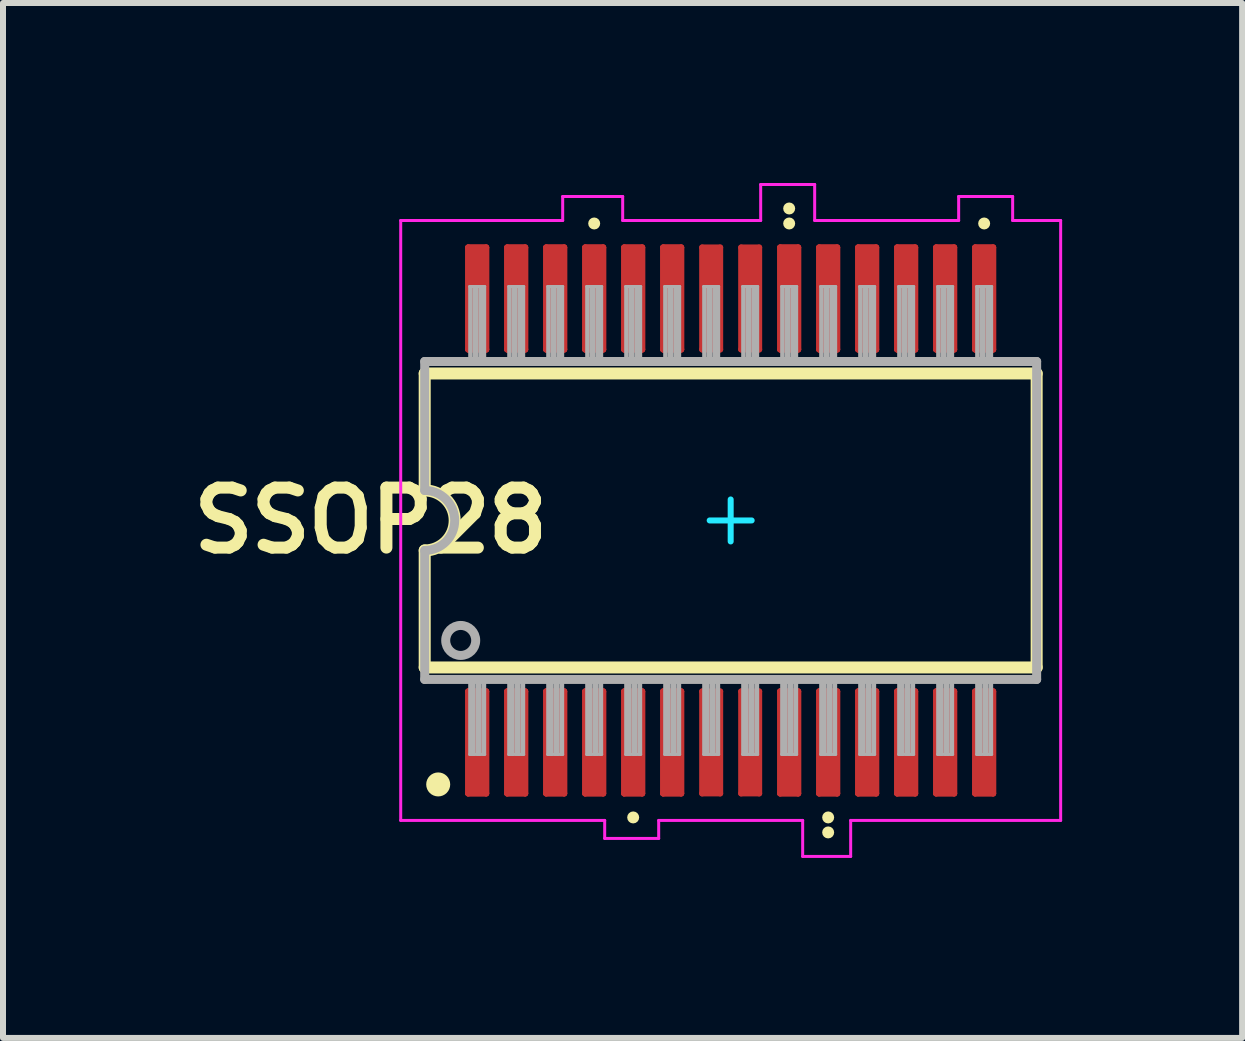
<source format=kicad_pcb>
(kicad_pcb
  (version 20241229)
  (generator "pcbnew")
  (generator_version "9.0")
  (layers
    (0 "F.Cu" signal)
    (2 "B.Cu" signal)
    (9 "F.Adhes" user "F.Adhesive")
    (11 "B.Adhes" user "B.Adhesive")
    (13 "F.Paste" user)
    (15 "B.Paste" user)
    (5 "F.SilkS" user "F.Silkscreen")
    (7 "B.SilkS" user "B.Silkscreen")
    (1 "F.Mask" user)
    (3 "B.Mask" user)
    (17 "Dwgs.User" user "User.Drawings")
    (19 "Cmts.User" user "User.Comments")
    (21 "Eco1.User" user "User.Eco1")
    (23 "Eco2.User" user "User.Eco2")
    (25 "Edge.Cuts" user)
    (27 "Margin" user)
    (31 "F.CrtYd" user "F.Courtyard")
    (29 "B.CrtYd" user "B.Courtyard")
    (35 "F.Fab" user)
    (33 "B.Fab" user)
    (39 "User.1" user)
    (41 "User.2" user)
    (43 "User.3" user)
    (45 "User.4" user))
  (footprint "SSOP28"
    (layer "F.Cu")
    (at 9.129 5.625)
    (property "Reference" "SSOP28" (at -6 0 0) (layer "F.SilkS") (effects (font (size 1 1) (thickness 0.2))))
    (attr through_hole)
    (fp_line (start -4.375 -4.55) (end -4.375 -2.85) (stroke (width 0.1) (type solid)) (layer "F.Cu"))
    (fp_line (start -4.375 -4.55) (end -4.375 -2.85) (stroke (width 0.1) (type solid)) (layer "F.Cu"))
    (fp_line (start -4.375 -2.85) (end -4.075 -2.85) (stroke (width 0.1) (type solid)) (layer "F.Cu"))
    (fp_line (start -4.375 -2.85) (end -4.075 -2.85) (stroke (width 0.1) (type solid)) (layer "F.Cu"))
    (fp_line (start -4.375 2.85) (end -4.375 4.55) (stroke (width 0.1) (type solid)) (layer "F.Cu"))
    (fp_line (start -4.375 2.85) (end -4.375 4.55) (stroke (width 0.1) (type solid)) (layer "F.Cu"))
    (fp_line (start -4.375 4.55) (end -4.075 4.55) (stroke (width 0.1) (type solid)) (layer "F.Cu"))
    (fp_line (start -4.375 4.55) (end -4.075 4.55) (stroke (width 0.1) (type solid)) (layer "F.Cu"))
    (fp_line (start -4.075 -4.55) (end -4.375 -4.55) (stroke (width 0.1) (type solid)) (layer "F.Cu"))
    (fp_line (start -4.075 -4.55) (end -4.375 -4.55) (stroke (width 0.1) (type solid)) (layer "F.Cu"))
    (fp_line (start -4.075 -4.55) (end -4.075 -2.85) (stroke (width 0.1) (type solid)) (layer "F.Cu"))
    (fp_line (start -4.075 -4.55) (end -4.075 -2.85) (stroke (width 0.1) (type solid)) (layer "F.Cu"))
    (fp_line (start -4.075 2.85) (end -4.375 2.85) (stroke (width 0.1) (type solid)) (layer "F.Cu"))
    (fp_line (start -4.075 2.85) (end -4.375 2.85) (stroke (width 0.1) (type solid)) (layer "F.Cu"))
    (fp_line (start -4.075 2.85) (end -4.075 4.55) (stroke (width 0.1) (type solid)) (layer "F.Cu"))
    (fp_line (start -4.075 2.85) (end -4.075 4.55) (stroke (width 0.1) (type solid)) (layer "F.Cu"))
    (fp_line (start -3.725 -4.55) (end -3.725 -2.85) (stroke (width 0.1) (type solid)) (layer "F.Cu"))
    (fp_line (start -3.725 -4.55) (end -3.725 -2.85) (stroke (width 0.1) (type solid)) (layer "F.Cu"))
    (fp_line (start -3.725 -2.85) (end -3.425 -2.85) (stroke (width 0.1) (type solid)) (layer "F.Cu"))
    (fp_line (start -3.725 -2.85) (end -3.425 -2.85) (stroke (width 0.1) (type solid)) (layer "F.Cu"))
    (fp_line (start -3.725 2.85) (end -3.725 4.55) (stroke (width 0.1) (type solid)) (layer "F.Cu"))
    (fp_line (start -3.725 2.85) (end -3.725 4.55) (stroke (width 0.1) (type solid)) (layer "F.Cu"))
    (fp_line (start -3.725 4.55) (end -3.425 4.55) (stroke (width 0.1) (type solid)) (layer "F.Cu"))
    (fp_line (start -3.725 4.55) (end -3.425 4.55) (stroke (width 0.1) (type solid)) (layer "F.Cu"))
    (fp_line (start -3.425 -4.55) (end -3.725 -4.55) (stroke (width 0.1) (type solid)) (layer "F.Cu"))
    (fp_line (start -3.425 -4.55) (end -3.725 -4.55) (stroke (width 0.1) (type solid)) (layer "F.Cu"))
    (fp_line (start -3.425 -4.55) (end -3.425 -2.85) (stroke (width 0.1) (type solid)) (layer "F.Cu"))
    (fp_line (start -3.425 -4.55) (end -3.425 -2.85) (stroke (width 0.1) (type solid)) (layer "F.Cu"))
    (fp_line (start -3.425 2.85) (end -3.725 2.85) (stroke (width 0.1) (type solid)) (layer "F.Cu"))
    (fp_line (start -3.425 2.85) (end -3.725 2.85) (stroke (width 0.1) (type solid)) (layer "F.Cu"))
    (fp_line (start -3.425 2.85) (end -3.425 4.55) (stroke (width 0.1) (type solid)) (layer "F.Cu"))
    (fp_line (start -3.425 2.85) (end -3.425 4.55) (stroke (width 0.1) (type solid)) (layer "F.Cu"))
    (fp_line (start -3.075 -4.55) (end -3.075 -2.85) (stroke (width 0.1) (type solid)) (layer "F.Cu"))
    (fp_line (start -3.075 -4.55) (end -3.075 -2.85) (stroke (width 0.1) (type solid)) (layer "F.Cu"))
    (fp_line (start -3.075 -2.85) (end -2.775 -2.85) (stroke (width 0.1) (type solid)) (layer "F.Cu"))
    (fp_line (start -3.075 -2.85) (end -2.775 -2.85) (stroke (width 0.1) (type solid)) (layer "F.Cu"))
    (fp_line (start -3.075 2.85) (end -3.075 4.55) (stroke (width 0.1) (type solid)) (layer "F.Cu"))
    (fp_line (start -3.075 2.85) (end -3.075 4.55) (stroke (width 0.1) (type solid)) (layer "F.Cu"))
    (fp_line (start -3.075 4.55) (end -2.775 4.55) (stroke (width 0.1) (type solid)) (layer "F.Cu"))
    (fp_line (start -3.075 4.55) (end -2.775 4.55) (stroke (width 0.1) (type solid)) (layer "F.Cu"))
    (fp_line (start -2.775 -4.55) (end -3.075 -4.55) (stroke (width 0.1) (type solid)) (layer "F.Cu"))
    (fp_line (start -2.775 -4.55) (end -3.075 -4.55) (stroke (width 0.1) (type solid)) (layer "F.Cu"))
    (fp_line (start -2.775 -4.55) (end -2.775 -2.85) (stroke (width 0.1) (type solid)) (layer "F.Cu"))
    (fp_line (start -2.775 -4.55) (end -2.775 -2.85) (stroke (width 0.1) (type solid)) (layer "F.Cu"))
    (fp_line (start -2.775 2.85) (end -3.075 2.85) (stroke (width 0.1) (type solid)) (layer "F.Cu"))
    (fp_line (start -2.775 2.85) (end -3.075 2.85) (stroke (width 0.1) (type solid)) (layer "F.Cu"))
    (fp_line (start -2.775 2.85) (end -2.775 4.55) (stroke (width 0.1) (type solid)) (layer "F.Cu"))
    (fp_line (start -2.775 2.85) (end -2.775 4.55) (stroke (width 0.1) (type solid)) (layer "F.Cu"))
    (fp_line (start -2.425 -4.55) (end -2.425 -2.85) (stroke (width 0.1) (type solid)) (layer "F.Cu"))
    (fp_line (start -2.425 -4.55) (end -2.425 -2.85) (stroke (width 0.1) (type solid)) (layer "F.Cu"))
    (fp_line (start -2.425 -2.85) (end -2.125 -2.85) (stroke (width 0.1) (type solid)) (layer "F.Cu"))
    (fp_line (start -2.425 -2.85) (end -2.125 -2.85) (stroke (width 0.1) (type solid)) (layer "F.Cu"))
    (fp_line (start -2.425 2.85) (end -2.425 4.55) (stroke (width 0.1) (type solid)) (layer "F.Cu"))
    (fp_line (start -2.425 2.85) (end -2.425 4.55) (stroke (width 0.1) (type solid)) (layer "F.Cu"))
    (fp_line (start -2.425 4.55) (end -2.125 4.55) (stroke (width 0.1) (type solid)) (layer "F.Cu"))
    (fp_line (start -2.425 4.55) (end -2.125 4.55) (stroke (width 0.1) (type solid)) (layer "F.Cu"))
    (fp_line (start -2.125 -4.55) (end -2.425 -4.55) (stroke (width 0.1) (type solid)) (layer "F.Cu"))
    (fp_line (start -2.125 -4.55) (end -2.425 -4.55) (stroke (width 0.1) (type solid)) (layer "F.Cu"))
    (fp_line (start -2.125 -4.55) (end -2.125 -2.85) (stroke (width 0.1) (type solid)) (layer "F.Cu"))
    (fp_line (start -2.125 -4.55) (end -2.125 -2.85) (stroke (width 0.1) (type solid)) (layer "F.Cu"))
    (fp_line (start -2.125 2.85) (end -2.425 2.85) (stroke (width 0.1) (type solid)) (layer "F.Cu"))
    (fp_line (start -2.125 2.85) (end -2.425 2.85) (stroke (width 0.1) (type solid)) (layer "F.Cu"))
    (fp_line (start -2.125 2.85) (end -2.125 4.55) (stroke (width 0.1) (type solid)) (layer "F.Cu"))
    (fp_line (start -2.125 2.85) (end -2.125 4.55) (stroke (width 0.1) (type solid)) (layer "F.Cu"))
    (fp_line (start -1.775 -4.55) (end -1.775 -2.85) (stroke (width 0.1) (type solid)) (layer "F.Cu"))
    (fp_line (start -1.775 -4.55) (end -1.775 -2.85) (stroke (width 0.1) (type solid)) (layer "F.Cu"))
    (fp_line (start -1.775 -2.85) (end -1.475 -2.85) (stroke (width 0.1) (type solid)) (layer "F.Cu"))
    (fp_line (start -1.775 -2.85) (end -1.475 -2.85) (stroke (width 0.1) (type solid)) (layer "F.Cu"))
    (fp_line (start -1.775 2.85) (end -1.775 4.55) (stroke (width 0.1) (type solid)) (layer "F.Cu"))
    (fp_line (start -1.775 2.85) (end -1.775 4.55) (stroke (width 0.1) (type solid)) (layer "F.Cu"))
    (fp_line (start -1.775 4.55) (end -1.475 4.55) (stroke (width 0.1) (type solid)) (layer "F.Cu"))
    (fp_line (start -1.775 4.55) (end -1.475 4.55) (stroke (width 0.1) (type solid)) (layer "F.Cu"))
    (fp_line (start -1.475 -4.55) (end -1.775 -4.55) (stroke (width 0.1) (type solid)) (layer "F.Cu"))
    (fp_line (start -1.475 -4.55) (end -1.775 -4.55) (stroke (width 0.1) (type solid)) (layer "F.Cu"))
    (fp_line (start -1.475 -4.55) (end -1.475 -2.85) (stroke (width 0.1) (type solid)) (layer "F.Cu"))
    (fp_line (start -1.475 -4.55) (end -1.475 -2.85) (stroke (width 0.1) (type solid)) (layer "F.Cu"))
    (fp_line (start -1.475 2.85) (end -1.775 2.85) (stroke (width 0.1) (type solid)) (layer "F.Cu"))
    (fp_line (start -1.475 2.85) (end -1.775 2.85) (stroke (width 0.1) (type solid)) (layer "F.Cu"))
    (fp_line (start -1.475 2.85) (end -1.475 4.55) (stroke (width 0.1) (type solid)) (layer "F.Cu"))
    (fp_line (start -1.475 2.85) (end -1.475 4.55) (stroke (width 0.1) (type solid)) (layer "F.Cu"))
    (fp_line (start -1.125 -4.55) (end -1.125 -2.85) (stroke (width 0.1) (type solid)) (layer "F.Cu"))
    (fp_line (start -1.125 -4.55) (end -1.125 -2.85) (stroke (width 0.1) (type solid)) (layer "F.Cu"))
    (fp_line (start -1.125 -2.85) (end -0.825 -2.85) (stroke (width 0.1) (type solid)) (layer "F.Cu"))
    (fp_line (start -1.125 -2.85) (end -0.825 -2.85) (stroke (width 0.1) (type solid)) (layer "F.Cu"))
    (fp_line (start -1.125 2.85) (end -1.125 4.55) (stroke (width 0.1) (type solid)) (layer "F.Cu"))
    (fp_line (start -1.125 2.85) (end -1.125 4.55) (stroke (width 0.1) (type solid)) (layer "F.Cu"))
    (fp_line (start -1.125 4.55) (end -0.825 4.55) (stroke (width 0.1) (type solid)) (layer "F.Cu"))
    (fp_line (start -1.125 4.55) (end -0.825 4.55) (stroke (width 0.1) (type solid)) (layer "F.Cu"))
    (fp_line (start -0.825 -4.55) (end -1.125 -4.55) (stroke (width 0.1) (type solid)) (layer "F.Cu"))
    (fp_line (start -0.825 -4.55) (end -1.125 -4.55) (stroke (width 0.1) (type solid)) (layer "F.Cu"))
    (fp_line (start -0.825 -4.55) (end -0.825 -2.85) (stroke (width 0.1) (type solid)) (layer "F.Cu"))
    (fp_line (start -0.825 -4.55) (end -0.825 -2.85) (stroke (width 0.1) (type solid)) (layer "F.Cu"))
    (fp_line (start -0.825 2.85) (end -1.125 2.85) (stroke (width 0.1) (type solid)) (layer "F.Cu"))
    (fp_line (start -0.825 2.85) (end -1.125 2.85) (stroke (width 0.1) (type solid)) (layer "F.Cu"))
    (fp_line (start -0.825 2.85) (end -0.825 4.55) (stroke (width 0.1) (type solid)) (layer "F.Cu"))
    (fp_line (start -0.825 2.85) (end -0.825 4.55) (stroke (width 0.1) (type solid)) (layer "F.Cu"))
    (fp_line (start -0.475 -4.55) (end -0.475 -2.85) (stroke (width 0.1) (type solid)) (layer "F.Cu"))
    (fp_line (start -0.475 -2.85) (end -0.175 -2.85) (stroke (width 0.1) (type solid)) (layer "F.Cu"))
    (fp_line (start -0.475 2.85) (end -0.475 4.55) (stroke (width 0.1) (type solid)) (layer "F.Cu"))
    (fp_line (start -0.475 4.55) (end -0.175 4.55) (stroke (width 0.1) (type solid)) (layer "F.Cu"))
    (fp_line (start -0.175 -4.55) (end -0.475 -4.55) (stroke (width 0.1) (type solid)) (layer "F.Cu"))
    (fp_line (start -0.175 -4.55) (end -0.175 -2.85) (stroke (width 0.1) (type solid)) (layer "F.Cu"))
    (fp_line (start -0.175 2.85) (end -0.475 2.85) (stroke (width 0.1) (type solid)) (layer "F.Cu"))
    (fp_line (start -0.175 2.85) (end -0.175 4.55) (stroke (width 0.1) (type solid)) (layer "F.Cu"))
    (fp_line (start 0.175 -4.55) (end 0.175 -2.85) (stroke (width 0.1) (type solid)) (layer "F.Cu"))
    (fp_line (start 0.175 -2.85) (end 0.475 -2.85) (stroke (width 0.1) (type solid)) (layer "F.Cu"))
    (fp_line (start 0.175 2.85) (end 0.175 4.55) (stroke (width 0.1) (type solid)) (layer "F.Cu"))
    (fp_line (start 0.175 4.55) (end 0.475 4.55) (stroke (width 0.1) (type solid)) (layer "F.Cu"))
    (fp_line (start 0.475 -4.55) (end 0.175 -4.55) (stroke (width 0.1) (type solid)) (layer "F.Cu"))
    (fp_line (start 0.475 -4.55) (end 0.475 -2.85) (stroke (width 0.1) (type solid)) (layer "F.Cu"))
    (fp_line (start 0.475 2.85) (end 0.175 2.85) (stroke (width 0.1) (type solid)) (layer "F.Cu"))
    (fp_line (start 0.475 2.85) (end 0.475 4.55) (stroke (width 0.1) (type solid)) (layer "F.Cu"))
    (fp_line (start 0.825 -4.55) (end 0.825 -2.85) (stroke (width 0.1) (type solid)) (layer "F.Cu"))
    (fp_line (start 0.825 -4.55) (end 0.825 -2.85) (stroke (width 0.1) (type solid)) (layer "F.Cu"))
    (fp_line (start 0.825 -2.85) (end 1.125 -2.85) (stroke (width 0.1) (type solid)) (layer "F.Cu"))
    (fp_line (start 0.825 -2.85) (end 1.125 -2.85) (stroke (width 0.1) (type solid)) (layer "F.Cu"))
    (fp_line (start 0.825 2.85) (end 0.825 4.55) (stroke (width 0.1) (type solid)) (layer "F.Cu"))
    (fp_line (start 0.825 2.85) (end 0.825 4.55) (stroke (width 0.1) (type solid)) (layer "F.Cu"))
    (fp_line (start 0.825 4.55) (end 1.125 4.55) (stroke (width 0.1) (type solid)) (layer "F.Cu"))
    (fp_line (start 0.825 4.55) (end 1.125 4.55) (stroke (width 0.1) (type solid)) (layer "F.Cu"))
    (fp_line (start 1.125 -4.55) (end 0.825 -4.55) (stroke (width 0.1) (type solid)) (layer "F.Cu"))
    (fp_line (start 1.125 -4.55) (end 0.825 -4.55) (stroke (width 0.1) (type solid)) (layer "F.Cu"))
    (fp_line (start 1.125 -4.55) (end 1.125 -2.85) (stroke (width 0.1) (type solid)) (layer "F.Cu"))
    (fp_line (start 1.125 -4.55) (end 1.125 -2.85) (stroke (width 0.1) (type solid)) (layer "F.Cu"))
    (fp_line (start 1.125 2.85) (end 0.825 2.85) (stroke (width 0.1) (type solid)) (layer "F.Cu"))
    (fp_line (start 1.125 2.85) (end 0.825 2.85) (stroke (width 0.1) (type solid)) (layer "F.Cu"))
    (fp_line (start 1.125 2.85) (end 1.125 4.55) (stroke (width 0.1) (type solid)) (layer "F.Cu"))
    (fp_line (start 1.125 2.85) (end 1.125 4.55) (stroke (width 0.1) (type solid)) (layer "F.Cu"))
    (fp_line (start 1.475 -4.55) (end 1.475 -2.85) (stroke (width 0.1) (type solid)) (layer "F.Cu"))
    (fp_line (start 1.475 -4.55) (end 1.475 -2.85) (stroke (width 0.1) (type solid)) (layer "F.Cu"))
    (fp_line (start 1.475 -2.85) (end 1.775 -2.85) (stroke (width 0.1) (type solid)) (layer "F.Cu"))
    (fp_line (start 1.475 -2.85) (end 1.775 -2.85) (stroke (width 0.1) (type solid)) (layer "F.Cu"))
    (fp_line (start 1.475 2.85) (end 1.475 4.55) (stroke (width 0.1) (type solid)) (layer "F.Cu"))
    (fp_line (start 1.475 2.85) (end 1.475 4.55) (stroke (width 0.1) (type solid)) (layer "F.Cu"))
    (fp_line (start 1.475 4.55) (end 1.775 4.55) (stroke (width 0.1) (type solid)) (layer "F.Cu"))
    (fp_line (start 1.475 4.55) (end 1.775 4.55) (stroke (width 0.1) (type solid)) (layer "F.Cu"))
    (fp_line (start 1.775 -4.55) (end 1.475 -4.55) (stroke (width 0.1) (type solid)) (layer "F.Cu"))
    (fp_line (start 1.775 -4.55) (end 1.475 -4.55) (stroke (width 0.1) (type solid)) (layer "F.Cu"))
    (fp_line (start 1.775 -4.55) (end 1.775 -2.85) (stroke (width 0.1) (type solid)) (layer "F.Cu"))
    (fp_line (start 1.775 -4.55) (end 1.775 -2.85) (stroke (width 0.1) (type solid)) (layer "F.Cu"))
    (fp_line (start 1.775 2.85) (end 1.475 2.85) (stroke (width 0.1) (type solid)) (layer "F.Cu"))
    (fp_line (start 1.775 2.85) (end 1.475 2.85) (stroke (width 0.1) (type solid)) (layer "F.Cu"))
    (fp_line (start 1.775 2.85) (end 1.775 4.55) (stroke (width 0.1) (type solid)) (layer "F.Cu"))
    (fp_line (start 1.775 2.85) (end 1.775 4.55) (stroke (width 0.1) (type solid)) (layer "F.Cu"))
    (fp_line (start 2.125 -4.55) (end 2.125 -2.85) (stroke (width 0.1) (type solid)) (layer "F.Cu"))
    (fp_line (start 2.125 -4.55) (end 2.125 -2.85) (stroke (width 0.1) (type solid)) (layer "F.Cu"))
    (fp_line (start 2.125 -2.85) (end 2.425 -2.85) (stroke (width 0.1) (type solid)) (layer "F.Cu"))
    (fp_line (start 2.125 -2.85) (end 2.425 -2.85) (stroke (width 0.1) (type solid)) (layer "F.Cu"))
    (fp_line (start 2.125 2.85) (end 2.125 4.55) (stroke (width 0.1) (type solid)) (layer "F.Cu"))
    (fp_line (start 2.125 2.85) (end 2.125 4.55) (stroke (width 0.1) (type solid)) (layer "F.Cu"))
    (fp_line (start 2.125 4.55) (end 2.425 4.55) (stroke (width 0.1) (type solid)) (layer "F.Cu"))
    (fp_line (start 2.125 4.55) (end 2.425 4.55) (stroke (width 0.1) (type solid)) (layer "F.Cu"))
    (fp_line (start 2.425 -4.55) (end 2.125 -4.55) (stroke (width 0.1) (type solid)) (layer "F.Cu"))
    (fp_line (start 2.425 -4.55) (end 2.125 -4.55) (stroke (width 0.1) (type solid)) (layer "F.Cu"))
    (fp_line (start 2.425 -4.55) (end 2.425 -2.85) (stroke (width 0.1) (type solid)) (layer "F.Cu"))
    (fp_line (start 2.425 -4.55) (end 2.425 -2.85) (stroke (width 0.1) (type solid)) (layer "F.Cu"))
    (fp_line (start 2.425 2.85) (end 2.125 2.85) (stroke (width 0.1) (type solid)) (layer "F.Cu"))
    (fp_line (start 2.425 2.85) (end 2.125 2.85) (stroke (width 0.1) (type solid)) (layer "F.Cu"))
    (fp_line (start 2.425 2.85) (end 2.425 4.55) (stroke (width 0.1) (type solid)) (layer "F.Cu"))
    (fp_line (start 2.425 2.85) (end 2.425 4.55) (stroke (width 0.1) (type solid)) (layer "F.Cu"))
    (fp_line (start 2.775 -4.55) (end 2.775 -2.85) (stroke (width 0.1) (type solid)) (layer "F.Cu"))
    (fp_line (start 2.775 -4.55) (end 2.775 -2.85) (stroke (width 0.1) (type solid)) (layer "F.Cu"))
    (fp_line (start 2.775 -2.85) (end 3.075 -2.85) (stroke (width 0.1) (type solid)) (layer "F.Cu"))
    (fp_line (start 2.775 -2.85) (end 3.075 -2.85) (stroke (width 0.1) (type solid)) (layer "F.Cu"))
    (fp_line (start 2.775 2.85) (end 2.775 4.55) (stroke (width 0.1) (type solid)) (layer "F.Cu"))
    (fp_line (start 2.775 2.85) (end 2.775 4.55) (stroke (width 0.1) (type solid)) (layer "F.Cu"))
    (fp_line (start 2.775 4.55) (end 3.075 4.55) (stroke (width 0.1) (type solid)) (layer "F.Cu"))
    (fp_line (start 2.775 4.55) (end 3.075 4.55) (stroke (width 0.1) (type solid)) (layer "F.Cu"))
    (fp_line (start 3.075 -4.55) (end 2.775 -4.55) (stroke (width 0.1) (type solid)) (layer "F.Cu"))
    (fp_line (start 3.075 -4.55) (end 2.775 -4.55) (stroke (width 0.1) (type solid)) (layer "F.Cu"))
    (fp_line (start 3.075 -4.55) (end 3.075 -2.85) (stroke (width 0.1) (type solid)) (layer "F.Cu"))
    (fp_line (start 3.075 -4.55) (end 3.075 -2.85) (stroke (width 0.1) (type solid)) (layer "F.Cu"))
    (fp_line (start 3.075 2.85) (end 2.775 2.85) (stroke (width 0.1) (type solid)) (layer "F.Cu"))
    (fp_line (start 3.075 2.85) (end 2.775 2.85) (stroke (width 0.1) (type solid)) (layer "F.Cu"))
    (fp_line (start 3.075 2.85) (end 3.075 4.55) (stroke (width 0.1) (type solid)) (layer "F.Cu"))
    (fp_line (start 3.075 2.85) (end 3.075 4.55) (stroke (width 0.1) (type solid)) (layer "F.Cu"))
    (fp_line (start 3.425 -4.55) (end 3.425 -2.85) (stroke (width 0.1) (type solid)) (layer "F.Cu"))
    (fp_line (start 3.425 -4.55) (end 3.425 -2.85) (stroke (width 0.1) (type solid)) (layer "F.Cu"))
    (fp_line (start 3.425 -2.85) (end 3.725 -2.85) (stroke (width 0.1) (type solid)) (layer "F.Cu"))
    (fp_line (start 3.425 -2.85) (end 3.725 -2.85) (stroke (width 0.1) (type solid)) (layer "F.Cu"))
    (fp_line (start 3.425 2.85) (end 3.425 4.55) (stroke (width 0.1) (type solid)) (layer "F.Cu"))
    (fp_line (start 3.425 2.85) (end 3.425 4.55) (stroke (width 0.1) (type solid)) (layer "F.Cu"))
    (fp_line (start 3.425 4.55) (end 3.725 4.55) (stroke (width 0.1) (type solid)) (layer "F.Cu"))
    (fp_line (start 3.425 4.55) (end 3.725 4.55) (stroke (width 0.1) (type solid)) (layer "F.Cu"))
    (fp_line (start 3.725 -4.55) (end 3.425 -4.55) (stroke (width 0.1) (type solid)) (layer "F.Cu"))
    (fp_line (start 3.725 -4.55) (end 3.425 -4.55) (stroke (width 0.1) (type solid)) (layer "F.Cu"))
    (fp_line (start 3.725 -4.55) (end 3.725 -2.85) (stroke (width 0.1) (type solid)) (layer "F.Cu"))
    (fp_line (start 3.725 -4.55) (end 3.725 -2.85) (stroke (width 0.1) (type solid)) (layer "F.Cu"))
    (fp_line (start 3.725 2.85) (end 3.425 2.85) (stroke (width 0.1) (type solid)) (layer "F.Cu"))
    (fp_line (start 3.725 2.85) (end 3.425 2.85) (stroke (width 0.1) (type solid)) (layer "F.Cu"))
    (fp_line (start 3.725 2.85) (end 3.725 4.55) (stroke (width 0.1) (type solid)) (layer "F.Cu"))
    (fp_line (start 3.725 2.85) (end 3.725 4.55) (stroke (width 0.1) (type solid)) (layer "F.Cu"))
    (fp_line (start 4.075 -4.55) (end 4.075 -2.85) (stroke (width 0.1) (type solid)) (layer "F.Cu"))
    (fp_line (start 4.075 -4.55) (end 4.075 -2.85) (stroke (width 0.1) (type solid)) (layer "F.Cu"))
    (fp_line (start 4.075 -2.85) (end 4.375 -2.85) (stroke (width 0.1) (type solid)) (layer "F.Cu"))
    (fp_line (start 4.075 -2.85) (end 4.375 -2.85) (stroke (width 0.1) (type solid)) (layer "F.Cu"))
    (fp_line (start 4.075 2.85) (end 4.075 4.55) (stroke (width 0.1) (type solid)) (layer "F.Cu"))
    (fp_line (start 4.075 2.85) (end 4.075 4.55) (stroke (width 0.1) (type solid)) (layer "F.Cu"))
    (fp_line (start 4.075 4.55) (end 4.375 4.55) (stroke (width 0.1) (type solid)) (layer "F.Cu"))
    (fp_line (start 4.075 4.55) (end 4.375 4.55) (stroke (width 0.1) (type solid)) (layer "F.Cu"))
    (fp_line (start 4.375 -4.55) (end 4.075 -4.55) (stroke (width 0.1) (type solid)) (layer "F.Cu"))
    (fp_line (start 4.375 -4.55) (end 4.075 -4.55) (stroke (width 0.1) (type solid)) (layer "F.Cu"))
    (fp_line (start 4.375 -4.55) (end 4.375 -2.85) (stroke (width 0.1) (type solid)) (layer "F.Cu"))
    (fp_line (start 4.375 -4.55) (end 4.375 -2.85) (stroke (width 0.1) (type solid)) (layer "F.Cu"))
    (fp_line (start 4.375 2.85) (end 4.075 2.85) (stroke (width 0.1) (type solid)) (layer "F.Cu"))
    (fp_line (start 4.375 2.85) (end 4.075 2.85) (stroke (width 0.1) (type solid)) (layer "F.Cu"))
    (fp_line (start 4.375 2.85) (end 4.375 4.55) (stroke (width 0.1) (type solid)) (layer "F.Cu"))
    (fp_line (start 4.375 2.85) (end 4.375 4.55) (stroke (width 0.1) (type solid)) (layer "F.Cu"))
    (fp_line (start -4.375 -4.55) (end -4.375 -2.85) (stroke (width 0.3) (type solid)) (layer "F.Mask"))
    (fp_line (start -4.375 -2.85) (end -4.075 -2.85) (stroke (width 0.3) (type solid)) (layer "F.Mask"))
    (fp_line (start -4.375 2.85) (end -4.375 4.55) (stroke (width 0.3) (type solid)) (layer "F.Mask"))
    (fp_line (start -4.375 4.55) (end -4.075 4.55) (stroke (width 0.3) (type solid)) (layer "F.Mask"))
    (fp_line (start -4.1 2.8) (end -3.7 2.8) (stroke (width 0.2) (type solid)) (layer "F.Mask"))
    (fp_line (start -4.1 4.6) (end -3.7 4.6) (stroke (width 0.2) (type solid)) (layer "F.Mask"))
    (fp_line (start -4.075 -4.6) (end -3.675 -4.6) (stroke (width 0.2) (type solid)) (layer "F.Mask"))
    (fp_line (start -4.075 -4.55) (end -4.375 -4.55) (stroke (width 0.3) (type solid)) (layer "F.Mask"))
    (fp_line (start -4.075 -4.55) (end -4.375 -4.55) (stroke (width 0.3) (type solid)) (layer "F.Mask"))
    (fp_line (start -4.075 -2.85) (end -4.075 -4.55) (stroke (width 0.3) (type solid)) (layer "F.Mask"))
    (fp_line (start -4.075 -2.8) (end -3.675 -2.8) (stroke (width 0.2) (type solid)) (layer "F.Mask"))
    (fp_line (start -4.075 2.85) (end -4.375 2.85) (stroke (width 0.3) (type solid)) (layer "F.Mask"))
    (fp_line (start -4.075 2.85) (end -4.375 2.85) (stroke (width 0.3) (type solid)) (layer "F.Mask"))
    (fp_line (start -4.075 4.55) (end -4.075 2.85) (stroke (width 0.3) (type solid)) (layer "F.Mask"))
    (fp_line (start -3.9 2.8) (end -3.9 4.6) (stroke (width 0.2) (type solid)) (layer "F.Mask"))
    (fp_line (start -3.875 -4.6) (end -3.875 -2.8) (stroke (width 0.2) (type solid)) (layer "F.Mask"))
    (fp_line (start -3.725 -4.55) (end -3.725 -2.85) (stroke (width 0.3) (type solid)) (layer "F.Mask"))
    (fp_line (start -3.725 -2.85) (end -3.425 -2.85) (stroke (width 0.3) (type solid)) (layer "F.Mask"))
    (fp_line (start -3.725 2.85) (end -3.725 4.55) (stroke (width 0.3) (type solid)) (layer "F.Mask"))
    (fp_line (start -3.725 4.55) (end -3.425 4.55) (stroke (width 0.3) (type solid)) (layer "F.Mask"))
    (fp_line (start -3.45 -4.6) (end -3.05 -4.6) (stroke (width 0.2) (type solid)) (layer "F.Mask"))
    (fp_line (start -3.45 -2.8) (end -3.05 -2.8) (stroke (width 0.2) (type solid)) (layer "F.Mask"))
    (fp_line (start -3.45 2.8) (end -3.05 2.8) (stroke (width 0.2) (type solid)) (layer "F.Mask"))
    (fp_line (start -3.45 4.6) (end -3.05 4.6) (stroke (width 0.2) (type solid)) (layer "F.Mask"))
    (fp_line (start -3.425 -4.55) (end -3.725 -4.55) (stroke (width 0.3) (type solid)) (layer "F.Mask"))
    (fp_line (start -3.425 -4.55) (end -3.725 -4.55) (stroke (width 0.3) (type solid)) (layer "F.Mask"))
    (fp_line (start -3.425 -2.85) (end -3.425 -4.55) (stroke (width 0.3) (type solid)) (layer "F.Mask"))
    (fp_line (start -3.425 2.85) (end -3.725 2.85) (stroke (width 0.3) (type solid)) (layer "F.Mask"))
    (fp_line (start -3.425 2.85) (end -3.725 2.85) (stroke (width 0.3) (type solid)) (layer "F.Mask"))
    (fp_line (start -3.425 4.55) (end -3.425 2.85) (stroke (width 0.3) (type solid)) (layer "F.Mask"))
    (fp_line (start -3.25 -4.6) (end -3.25 -2.8) (stroke (width 0.2) (type solid)) (layer "F.Mask"))
    (fp_line (start -3.25 2.8) (end -3.25 4.6) (stroke (width 0.2) (type solid)) (layer "F.Mask"))
    (fp_line (start -3.075 -4.55) (end -3.075 -2.85) (stroke (width 0.3) (type solid)) (layer "F.Mask"))
    (fp_line (start -3.075 -2.85) (end -2.775 -2.85) (stroke (width 0.3) (type solid)) (layer "F.Mask"))
    (fp_line (start -3.075 2.85) (end -3.075 4.55) (stroke (width 0.3) (type solid)) (layer "F.Mask"))
    (fp_line (start -3.075 4.55) (end -2.775 4.55) (stroke (width 0.3) (type solid)) (layer "F.Mask"))
    (fp_line (start -2.8 -4.6) (end -2.4 -4.6) (stroke (width 0.2) (type solid)) (layer "F.Mask"))
    (fp_line (start -2.8 -2.8) (end -2.4 -2.8) (stroke (width 0.2) (type solid)) (layer "F.Mask"))
    (fp_line (start -2.8 2.8) (end -2.4 2.8) (stroke (width 0.2) (type solid)) (layer "F.Mask"))
    (fp_line (start -2.8 4.6) (end -2.4 4.6) (stroke (width 0.2) (type solid)) (layer "F.Mask"))
    (fp_line (start -2.775 -4.55) (end -3.075 -4.55) (stroke (width 0.3) (type solid)) (layer "F.Mask"))
    (fp_line (start -2.775 -4.55) (end -3.075 -4.55) (stroke (width 0.3) (type solid)) (layer "F.Mask"))
    (fp_line (start -2.775 -2.85) (end -2.775 -4.55) (stroke (width 0.3) (type solid)) (layer "F.Mask"))
    (fp_line (start -2.775 2.85) (end -3.075 2.85) (stroke (width 0.3) (type solid)) (layer "F.Mask"))
    (fp_line (start -2.775 2.85) (end -3.075 2.85) (stroke (width 0.3) (type solid)) (layer "F.Mask"))
    (fp_line (start -2.775 4.55) (end -2.775 2.85) (stroke (width 0.3) (type solid)) (layer "F.Mask"))
    (fp_line (start -2.6 -4.6) (end -2.6 -2.8) (stroke (width 0.2) (type solid)) (layer "F.Mask"))
    (fp_line (start -2.6 2.8) (end -2.6 4.6) (stroke (width 0.2) (type solid)) (layer "F.Mask"))
    (fp_line (start -2.425 -4.55) (end -2.425 -2.85) (stroke (width 0.3) (type solid)) (layer "F.Mask"))
    (fp_line (start -2.425 -2.85) (end -2.125 -2.85) (stroke (width 0.3) (type solid)) (layer "F.Mask"))
    (fp_line (start -2.425 2.85) (end -2.425 4.55) (stroke (width 0.3) (type solid)) (layer "F.Mask"))
    (fp_line (start -2.425 4.55) (end -2.125 4.55) (stroke (width 0.3) (type solid)) (layer "F.Mask"))
    (fp_line (start -2.15 -4.6) (end -1.75 -4.6) (stroke (width 0.2) (type solid)) (layer "F.Mask"))
    (fp_line (start -2.15 -2.8) (end -1.75 -2.8) (stroke (width 0.2) (type solid)) (layer "F.Mask"))
    (fp_line (start -2.15 2.8) (end -1.75 2.8) (stroke (width 0.2) (type solid)) (layer "F.Mask"))
    (fp_line (start -2.15 4.6) (end -1.75 4.6) (stroke (width 0.2) (type solid)) (layer "F.Mask"))
    (fp_line (start -2.125 -4.55) (end -2.425 -4.55) (stroke (width 0.3) (type solid)) (layer "F.Mask"))
    (fp_line (start -2.125 -4.55) (end -2.425 -4.55) (stroke (width 0.3) (type solid)) (layer "F.Mask"))
    (fp_line (start -2.125 -2.85) (end -2.125 -4.55) (stroke (width 0.3) (type solid)) (layer "F.Mask"))
    (fp_line (start -2.125 2.85) (end -2.425 2.85) (stroke (width 0.3) (type solid)) (layer "F.Mask"))
    (fp_line (start -2.125 2.85) (end -2.425 2.85) (stroke (width 0.3) (type solid)) (layer "F.Mask"))
    (fp_line (start -2.125 4.55) (end -2.125 2.85) (stroke (width 0.3) (type solid)) (layer "F.Mask"))
    (fp_line (start -1.95 -4.6) (end -1.95 -2.8) (stroke (width 0.2) (type solid)) (layer "F.Mask"))
    (fp_line (start -1.95 2.8) (end -1.95 4.6) (stroke (width 0.2) (type solid)) (layer "F.Mask"))
    (fp_line (start -1.775 -4.55) (end -1.775 -2.85) (stroke (width 0.3) (type solid)) (layer "F.Mask"))
    (fp_line (start -1.775 -2.85) (end -1.475 -2.85) (stroke (width 0.3) (type solid)) (layer "F.Mask"))
    (fp_line (start -1.775 2.85) (end -1.775 4.55) (stroke (width 0.3) (type solid)) (layer "F.Mask"))
    (fp_line (start -1.775 4.55) (end -1.475 4.55) (stroke (width 0.3) (type solid)) (layer "F.Mask"))
    (fp_line (start -1.5 -4.6) (end -1.1 -4.6) (stroke (width 0.2) (type solid)) (layer "F.Mask"))
    (fp_line (start -1.5 -2.8) (end -1.1 -2.8) (stroke (width 0.2) (type solid)) (layer "F.Mask"))
    (fp_line (start -1.5 2.8) (end -1.1 2.8) (stroke (width 0.2) (type solid)) (layer "F.Mask"))
    (fp_line (start -1.5 4.6) (end -1.1 4.6) (stroke (width 0.2) (type solid)) (layer "F.Mask"))
    (fp_line (start -1.475 -4.55) (end -1.775 -4.55) (stroke (width 0.3) (type solid)) (layer "F.Mask"))
    (fp_line (start -1.475 -4.55) (end -1.775 -4.55) (stroke (width 0.3) (type solid)) (layer "F.Mask"))
    (fp_line (start -1.475 -2.85) (end -1.475 -4.55) (stroke (width 0.3) (type solid)) (layer "F.Mask"))
    (fp_line (start -1.475 2.85) (end -1.775 2.85) (stroke (width 0.3) (type solid)) (layer "F.Mask"))
    (fp_line (start -1.475 2.85) (end -1.775 2.85) (stroke (width 0.3) (type solid)) (layer "F.Mask"))
    (fp_line (start -1.475 4.55) (end -1.475 2.85) (stroke (width 0.3) (type solid)) (layer "F.Mask"))
    (fp_line (start -1.3 -4.6) (end -1.3 -2.8) (stroke (width 0.2) (type solid)) (layer "F.Mask"))
    (fp_line (start -1.3 2.8) (end -1.3 4.6) (stroke (width 0.2) (type solid)) (layer "F.Mask"))
    (fp_line (start -1.125 -4.55) (end -1.125 -2.85) (stroke (width 0.3) (type solid)) (layer "F.Mask"))
    (fp_line (start -1.125 -2.85) (end -0.825 -2.85) (stroke (width 0.3) (type solid)) (layer "F.Mask"))
    (fp_line (start -1.125 2.85) (end -1.125 4.55) (stroke (width 0.3) (type solid)) (layer "F.Mask"))
    (fp_line (start -1.125 4.55) (end -0.825 4.55) (stroke (width 0.3) (type solid)) (layer "F.Mask"))
    (fp_line (start -0.85 -4.6) (end -0.45 -4.6) (stroke (width 0.2) (type solid)) (layer "F.Mask"))
    (fp_line (start -0.85 -2.8) (end -0.45 -2.8) (stroke (width 0.2) (type solid)) (layer "F.Mask"))
    (fp_line (start -0.85 2.8) (end -0.45 2.8) (stroke (width 0.2) (type solid)) (layer "F.Mask"))
    (fp_line (start -0.85 4.6) (end -0.45 4.6) (stroke (width 0.2) (type solid)) (layer "F.Mask"))
    (fp_line (start -0.825 -4.55) (end -1.125 -4.55) (stroke (width 0.3) (type solid)) (layer "F.Mask"))
    (fp_line (start -0.825 -4.55) (end -1.125 -4.55) (stroke (width 0.3) (type solid)) (layer "F.Mask"))
    (fp_line (start -0.825 -2.85) (end -0.825 -4.55) (stroke (width 0.3) (type solid)) (layer "F.Mask"))
    (fp_line (start -0.825 2.85) (end -1.125 2.85) (stroke (width 0.3) (type solid)) (layer "F.Mask"))
    (fp_line (start -0.825 2.85) (end -1.125 2.85) (stroke (width 0.3) (type solid)) (layer "F.Mask"))
    (fp_line (start -0.825 4.55) (end -0.825 2.85) (stroke (width 0.3) (type solid)) (layer "F.Mask"))
    (fp_line (start -0.65 -4.6) (end -0.65 -2.8) (stroke (width 0.2) (type solid)) (layer "F.Mask"))
    (fp_line (start -0.65 2.8) (end -0.65 4.6) (stroke (width 0.2) (type solid)) (layer "F.Mask"))
    (fp_line (start -0.475 -4.55) (end -0.475 -2.85) (stroke (width 0.3) (type solid)) (layer "F.Mask"))
    (fp_line (start -0.475 -2.85) (end -0.175 -2.85) (stroke (width 0.3) (type solid)) (layer "F.Mask"))
    (fp_line (start -0.475 2.85) (end -0.475 4.55) (stroke (width 0.3) (type solid)) (layer "F.Mask"))
    (fp_line (start -0.475 4.55) (end -0.175 4.55) (stroke (width 0.3) (type solid)) (layer "F.Mask"))
    (fp_line (start -0.2 -4.6) (end 0.2 -4.6) (stroke (width 0.2) (type solid)) (layer "F.Mask"))
    (fp_line (start -0.2 -2.8) (end 0.2 -2.8) (stroke (width 0.2) (type solid)) (layer "F.Mask"))
    (fp_line (start -0.2 2.8) (end 0.2 2.8) (stroke (width 0.2) (type solid)) (layer "F.Mask"))
    (fp_line (start -0.2 4.6) (end 0.2 4.6) (stroke (width 0.2) (type solid)) (layer "F.Mask"))
    (fp_line (start -0.175 -4.55) (end -0.475 -4.55) (stroke (width 0.3) (type solid)) (layer "F.Mask"))
    (fp_line (start -0.175 -2.85) (end -0.175 -4.55) (stroke (width 0.3) (type solid)) (layer "F.Mask"))
    (fp_line (start -0.175 2.85) (end -0.475 2.85) (stroke (width 0.3) (type solid)) (layer "F.Mask"))
    (fp_line (start -0.175 4.55) (end -0.175 2.85) (stroke (width 0.3) (type solid)) (layer "F.Mask"))
    (fp_line (start 0 -4.6) (end 0 -2.8) (stroke (width 0.2) (type solid)) (layer "F.Mask"))
    (fp_line (start 0 2.8) (end 0 4.6) (stroke (width 0.2) (type solid)) (layer "F.Mask"))
    (fp_line (start 0.175 -4.55) (end 0.175 -2.85) (stroke (width 0.3) (type solid)) (layer "F.Mask"))
    (fp_line (start 0.175 -2.85) (end 0.475 -2.85) (stroke (width 0.3) (type solid)) (layer "F.Mask"))
    (fp_line (start 0.175 2.85) (end 0.175 4.55) (stroke (width 0.3) (type solid)) (layer "F.Mask"))
    (fp_line (start 0.175 4.55) (end 0.475 4.55) (stroke (width 0.3) (type solid)) (layer "F.Mask"))
    (fp_line (start 0.45 -4.6) (end 0.85 -4.6) (stroke (width 0.2) (type solid)) (layer "F.Mask"))
    (fp_line (start 0.45 -2.8) (end 0.85 -2.8) (stroke (width 0.2) (type solid)) (layer "F.Mask"))
    (fp_line (start 0.45 2.8) (end 0.85 2.8) (stroke (width 0.2) (type solid)) (layer "F.Mask"))
    (fp_line (start 0.45 4.6) (end 0.85 4.6) (stroke (width 0.2) (type solid)) (layer "F.Mask"))
    (fp_line (start 0.475 -4.55) (end 0.175 -4.55) (stroke (width 0.3) (type solid)) (layer "F.Mask"))
    (fp_line (start 0.475 -2.85) (end 0.475 -4.55) (stroke (width 0.3) (type solid)) (layer "F.Mask"))
    (fp_line (start 0.475 2.85) (end 0.175 2.85) (stroke (width 0.3) (type solid)) (layer "F.Mask"))
    (fp_line (start 0.475 4.55) (end 0.475 2.85) (stroke (width 0.3) (type solid)) (layer "F.Mask"))
    (fp_line (start 0.65 -4.6) (end 0.65 -2.8) (stroke (width 0.2) (type solid)) (layer "F.Mask"))
    (fp_line (start 0.65 2.8) (end 0.65 4.6) (stroke (width 0.2) (type solid)) (layer "F.Mask"))
    (fp_line (start 0.825 -4.55) (end 0.825 -2.85) (stroke (width 0.3) (type solid)) (layer "F.Mask"))
    (fp_line (start 0.825 -2.85) (end 1.125 -2.85) (stroke (width 0.3) (type solid)) (layer "F.Mask"))
    (fp_line (start 0.825 2.85) (end 0.825 4.55) (stroke (width 0.3) (type solid)) (layer "F.Mask"))
    (fp_line (start 0.825 4.55) (end 1.125 4.55) (stroke (width 0.3) (type solid)) (layer "F.Mask"))
    (fp_line (start 1.1 -4.6) (end 1.5 -4.6) (stroke (width 0.2) (type solid)) (layer "F.Mask"))
    (fp_line (start 1.1 -2.8) (end 1.5 -2.8) (stroke (width 0.2) (type solid)) (layer "F.Mask"))
    (fp_line (start 1.1 2.8) (end 1.5 2.8) (stroke (width 0.2) (type solid)) (layer "F.Mask"))
    (fp_line (start 1.1 4.6) (end 1.5 4.6) (stroke (width 0.2) (type solid)) (layer "F.Mask"))
    (fp_line (start 1.125 -4.55) (end 0.825 -4.55) (stroke (width 0.3) (type solid)) (layer "F.Mask"))
    (fp_line (start 1.125 -4.55) (end 0.825 -4.55) (stroke (width 0.3) (type solid)) (layer "F.Mask"))
    (fp_line (start 1.125 -2.85) (end 1.125 -4.55) (stroke (width 0.3) (type solid)) (layer "F.Mask"))
    (fp_line (start 1.125 2.85) (end 0.825 2.85) (stroke (width 0.3) (type solid)) (layer "F.Mask"))
    (fp_line (start 1.125 2.85) (end 0.825 2.85) (stroke (width 0.3) (type solid)) (layer "F.Mask"))
    (fp_line (start 1.125 4.55) (end 1.125 2.85) (stroke (width 0.3) (type solid)) (layer "F.Mask"))
    (fp_line (start 1.3 -4.6) (end 1.3 -2.8) (stroke (width 0.2) (type solid)) (layer "F.Mask"))
    (fp_line (start 1.3 2.8) (end 1.3 4.6) (stroke (width 0.2) (type solid)) (layer "F.Mask"))
    (fp_line (start 1.475 -4.55) (end 1.475 -2.85) (stroke (width 0.3) (type solid)) (layer "F.Mask"))
    (fp_line (start 1.475 -2.85) (end 1.775 -2.85) (stroke (width 0.3) (type solid)) (layer "F.Mask"))
    (fp_line (start 1.475 2.85) (end 1.475 4.55) (stroke (width 0.3) (type solid)) (layer "F.Mask"))
    (fp_line (start 1.475 4.55) (end 1.775 4.55) (stroke (width 0.3) (type solid)) (layer "F.Mask"))
    (fp_line (start 1.75 -4.6) (end 2.15 -4.6) (stroke (width 0.2) (type solid)) (layer "F.Mask"))
    (fp_line (start 1.75 -2.8) (end 2.15 -2.8) (stroke (width 0.2) (type solid)) (layer "F.Mask"))
    (fp_line (start 1.75 2.8) (end 2.15 2.8) (stroke (width 0.2) (type solid)) (layer "F.Mask"))
    (fp_line (start 1.75 4.6) (end 2.15 4.6) (stroke (width 0.2) (type solid)) (layer "F.Mask"))
    (fp_line (start 1.775 -4.55) (end 1.475 -4.55) (stroke (width 0.3) (type solid)) (layer "F.Mask"))
    (fp_line (start 1.775 -4.55) (end 1.475 -4.55) (stroke (width 0.3) (type solid)) (layer "F.Mask"))
    (fp_line (start 1.775 -2.85) (end 1.775 -4.55) (stroke (width 0.3) (type solid)) (layer "F.Mask"))
    (fp_line (start 1.775 2.85) (end 1.475 2.85) (stroke (width 0.3) (type solid)) (layer "F.Mask"))
    (fp_line (start 1.775 2.85) (end 1.475 2.85) (stroke (width 0.3) (type solid)) (layer "F.Mask"))
    (fp_line (start 1.775 4.55) (end 1.775 2.85) (stroke (width 0.3) (type solid)) (layer "F.Mask"))
    (fp_line (start 1.95 -4.6) (end 1.95 -2.8) (stroke (width 0.2) (type solid)) (layer "F.Mask"))
    (fp_line (start 1.95 2.8) (end 1.95 4.6) (stroke (width 0.2) (type solid)) (layer "F.Mask"))
    (fp_line (start 2.125 -4.55) (end 2.125 -2.85) (stroke (width 0.3) (type solid)) (layer "F.Mask"))
    (fp_line (start 2.125 -2.85) (end 2.425 -2.85) (stroke (width 0.3) (type solid)) (layer "F.Mask"))
    (fp_line (start 2.125 2.85) (end 2.125 4.55) (stroke (width 0.3) (type solid)) (layer "F.Mask"))
    (fp_line (start 2.125 4.55) (end 2.425 4.55) (stroke (width 0.3) (type solid)) (layer "F.Mask"))
    (fp_line (start 2.4 -4.6) (end 2.8 -4.6) (stroke (width 0.2) (type solid)) (layer "F.Mask"))
    (fp_line (start 2.4 -2.8) (end 2.8 -2.8) (stroke (width 0.2) (type solid)) (layer "F.Mask"))
    (fp_line (start 2.4 2.8) (end 2.8 2.8) (stroke (width 0.2) (type solid)) (layer "F.Mask"))
    (fp_line (start 2.4 4.6) (end 2.8 4.6) (stroke (width 0.2) (type solid)) (layer "F.Mask"))
    (fp_line (start 2.425 -4.55) (end 2.125 -4.55) (stroke (width 0.3) (type solid)) (layer "F.Mask"))
    (fp_line (start 2.425 -4.55) (end 2.125 -4.55) (stroke (width 0.3) (type solid)) (layer "F.Mask"))
    (fp_line (start 2.425 -2.85) (end 2.425 -4.55) (stroke (width 0.3) (type solid)) (layer "F.Mask"))
    (fp_line (start 2.425 2.85) (end 2.125 2.85) (stroke (width 0.3) (type solid)) (layer "F.Mask"))
    (fp_line (start 2.425 2.85) (end 2.125 2.85) (stroke (width 0.3) (type solid)) (layer "F.Mask"))
    (fp_line (start 2.425 4.55) (end 2.425 2.85) (stroke (width 0.3) (type solid)) (layer "F.Mask"))
    (fp_line (start 2.6 -4.6) (end 2.6 -2.8) (stroke (width 0.2) (type solid)) (layer "F.Mask"))
    (fp_line (start 2.6 2.8) (end 2.6 4.6) (stroke (width 0.2) (type solid)) (layer "F.Mask"))
    (fp_line (start 2.775 -4.55) (end 2.775 -2.85) (stroke (width 0.3) (type solid)) (layer "F.Mask"))
    (fp_line (start 2.775 -2.85) (end 3.075 -2.85) (stroke (width 0.3) (type solid)) (layer "F.Mask"))
    (fp_line (start 2.775 2.85) (end 2.775 4.55) (stroke (width 0.3) (type solid)) (layer "F.Mask"))
    (fp_line (start 2.775 4.55) (end 3.075 4.55) (stroke (width 0.3) (type solid)) (layer "F.Mask"))
    (fp_line (start 3.05 -4.6) (end 3.45 -4.6) (stroke (width 0.2) (type solid)) (layer "F.Mask"))
    (fp_line (start 3.05 -2.8) (end 3.45 -2.8) (stroke (width 0.2) (type solid)) (layer "F.Mask"))
    (fp_line (start 3.05 2.8) (end 3.45 2.8) (stroke (width 0.2) (type solid)) (layer "F.Mask"))
    (fp_line (start 3.05 4.6) (end 3.45 4.6) (stroke (width 0.2) (type solid)) (layer "F.Mask"))
    (fp_line (start 3.075 -4.55) (end 2.775 -4.55) (stroke (width 0.3) (type solid)) (layer "F.Mask"))
    (fp_line (start 3.075 -4.55) (end 2.775 -4.55) (stroke (width 0.3) (type solid)) (layer "F.Mask"))
    (fp_line (start 3.075 -2.85) (end 3.075 -4.55) (stroke (width 0.3) (type solid)) (layer "F.Mask"))
    (fp_line (start 3.075 2.85) (end 2.775 2.85) (stroke (width 0.3) (type solid)) (layer "F.Mask"))
    (fp_line (start 3.075 2.85) (end 2.775 2.85) (stroke (width 0.3) (type solid)) (layer "F.Mask"))
    (fp_line (start 3.075 4.55) (end 3.075 2.85) (stroke (width 0.3) (type solid)) (layer "F.Mask"))
    (fp_line (start 3.25 -4.6) (end 3.25 -2.8) (stroke (width 0.2) (type solid)) (layer "F.Mask"))
    (fp_line (start 3.25 2.8) (end 3.25 4.6) (stroke (width 0.2) (type solid)) (layer "F.Mask"))
    (fp_line (start 3.425 -4.55) (end 3.425 -2.85) (stroke (width 0.3) (type solid)) (layer "F.Mask"))
    (fp_line (start 3.425 -2.85) (end 3.725 -2.85) (stroke (width 0.3) (type solid)) (layer "F.Mask"))
    (fp_line (start 3.425 2.85) (end 3.425 4.55) (stroke (width 0.3) (type solid)) (layer "F.Mask"))
    (fp_line (start 3.425 4.55) (end 3.725 4.55) (stroke (width 0.3) (type solid)) (layer "F.Mask"))
    (fp_line (start 3.7 -4.6) (end 4.1 -4.6) (stroke (width 0.2) (type solid)) (layer "F.Mask"))
    (fp_line (start 3.7 -2.8) (end 4.1 -2.8) (stroke (width 0.2) (type solid)) (layer "F.Mask"))
    (fp_line (start 3.7 2.8) (end 4.1 2.8) (stroke (width 0.2) (type solid)) (layer "F.Mask"))
    (fp_line (start 3.7 4.6) (end 4.1 4.6) (stroke (width 0.2) (type solid)) (layer "F.Mask"))
    (fp_line (start 3.725 -4.55) (end 3.425 -4.55) (stroke (width 0.3) (type solid)) (layer "F.Mask"))
    (fp_line (start 3.725 -4.55) (end 3.425 -4.55) (stroke (width 0.3) (type solid)) (layer "F.Mask"))
    (fp_line (start 3.725 -2.85) (end 3.725 -4.55) (stroke (width 0.3) (type solid)) (layer "F.Mask"))
    (fp_line (start 3.725 2.85) (end 3.425 2.85) (stroke (width 0.3) (type solid)) (layer "F.Mask"))
    (fp_line (start 3.725 2.85) (end 3.425 2.85) (stroke (width 0.3) (type solid)) (layer "F.Mask"))
    (fp_line (start 3.725 4.55) (end 3.725 2.85) (stroke (width 0.3) (type solid)) (layer "F.Mask"))
    (fp_line (start 3.9 -4.6) (end 3.9 -2.8) (stroke (width 0.2) (type solid)) (layer "F.Mask"))
    (fp_line (start 3.9 2.8) (end 3.9 4.6) (stroke (width 0.2) (type solid)) (layer "F.Mask"))
    (fp_line (start 4.075 -4.55) (end 4.075 -2.85) (stroke (width 0.3) (type solid)) (layer "F.Mask"))
    (fp_line (start 4.075 -2.85) (end 4.375 -2.85) (stroke (width 0.3) (type solid)) (layer "F.Mask"))
    (fp_line (start 4.075 2.85) (end 4.075 4.55) (stroke (width 0.3) (type solid)) (layer "F.Mask"))
    (fp_line (start 4.075 4.55) (end 4.375 4.55) (stroke (width 0.3) (type solid)) (layer "F.Mask"))
    (fp_line (start 4.375 -4.55) (end 4.075 -4.55) (stroke (width 0.3) (type solid)) (layer "F.Mask"))
    (fp_line (start 4.375 -4.55) (end 4.075 -4.55) (stroke (width 0.3) (type solid)) (layer "F.Mask"))
    (fp_line (start 4.375 -2.85) (end 4.375 -4.55) (stroke (width 0.3) (type solid)) (layer "F.Mask"))
    (fp_line (start 4.375 2.85) (end 4.075 2.85) (stroke (width 0.3) (type solid)) (layer "F.Mask"))
    (fp_line (start 4.375 2.85) (end 4.075 2.85) (stroke (width 0.3) (type solid)) (layer "F.Mask"))
    (fp_line (start 4.375 4.55) (end 4.375 2.85) (stroke (width 0.3) (type solid)) (layer "F.Mask"))
    (fp_line (start -5.1 -2.45) (end 5.1 -2.45) (stroke (width 0.2) (type solid)) (layer "F.SilkS"))
    (fp_line (start -5.1 -0.5) (end -5.1 -2.45) (stroke (width 0.2) (type solid)) (layer "F.SilkS"))
    (fp_line (start -5.1 0.5) (end -5.1 2.45) (stroke (width 0.2) (type solid)) (layer "F.SilkS"))
    (fp_line (start -5.1 2.45) (end 5.1 2.45) (stroke (width 0.2) (type solid)) (layer "F.SilkS"))
    (fp_line (start 5.1 2.45) (end 5.1 -2.45) (stroke (width 0.2) (type solid)) (layer "F.SilkS"))
    (fp_arc (start -5.1 -0.5) (mid -4.6 0) (end -5.1 0.5) (stroke (width 0.2) (type solid)) (layer "F.SilkS"))
    (fp_circle (center -4.875 4.4) (end -4.775 4.4) (stroke (width 0.2) (type solid)) (fill no) (layer "F.SilkS"))
    (fp_circle (center -2.275 -4.95) (end -2.225 -4.95) (stroke (width 0.1) (type solid)) (fill no) (layer "F.SilkS"))
    (fp_circle (center -1.625 4.95) (end -1.575 4.95) (stroke (width 0.1) (type solid)) (fill no) (layer "F.SilkS"))
    (fp_circle (center 0.975 -5.2) (end 1.025 -5.2) (stroke (width 0.1) (type solid)) (fill no) (layer "F.SilkS"))
    (fp_circle (center 0.975 -4.95) (end 1.025 -4.95) (stroke (width 0.1) (type solid)) (fill no) (layer "F.SilkS"))
    (fp_circle (center 1.625 4.95) (end 1.675 4.95) (stroke (width 0.1) (type solid)) (fill no) (layer "F.SilkS"))
    (fp_circle (center 1.625 5.2) (end 1.675 5.2) (stroke (width 0.1) (type solid)) (fill no) (layer "F.SilkS"))
    (fp_circle (center 4.225 -4.95) (end 4.275 -4.95) (stroke (width 0.1) (type solid)) (fill no) (layer "F.SilkS"))
    (fp_line (start -4.375 -4.55) (end -4.075 -4.55) (stroke (width 0.05) (type solid)) (layer "F.Paste"))
    (fp_line (start -4.375 -4.55) (end -4.075 -4.55) (stroke (width 0.05) (type solid)) (layer "F.Paste"))
    (fp_line (start -4.375 -2.85) (end -4.375 -4.55) (stroke (width 0.05) (type solid)) (layer "F.Paste"))
    (fp_line (start -4.375 -2.85) (end -4.375 -4.55) (stroke (width 0.05) (type solid)) (layer "F.Paste"))
    (fp_line (start -4.375 2.85) (end -4.075 2.85) (stroke (width 0.05) (type solid)) (layer "F.Paste"))
    (fp_line (start -4.375 2.85) (end -4.075 2.85) (stroke (width 0.05) (type solid)) (layer "F.Paste"))
    (fp_line (start -4.375 4.55) (end -4.375 2.85) (stroke (width 0.05) (type solid)) (layer "F.Paste"))
    (fp_line (start -4.375 4.55) (end -4.375 2.85) (stroke (width 0.05) (type solid)) (layer "F.Paste"))
    (fp_line (start -4.075 -4.55) (end -4.075 -2.85) (stroke (width 0.05) (type solid)) (layer "F.Paste"))
    (fp_line (start -4.075 -4.55) (end -4.075 -2.85) (stroke (width 0.05) (type solid)) (layer "F.Paste"))
    (fp_line (start -4.075 -2.85) (end -4.375 -2.85) (stroke (width 0.05) (type solid)) (layer "F.Paste"))
    (fp_line (start -4.075 -2.85) (end -4.375 -2.85) (stroke (width 0.05) (type solid)) (layer "F.Paste"))
    (fp_line (start -4.075 2.85) (end -4.075 4.55) (stroke (width 0.05) (type solid)) (layer "F.Paste"))
    (fp_line (start -4.075 2.85) (end -4.075 4.55) (stroke (width 0.05) (type solid)) (layer "F.Paste"))
    (fp_line (start -4.075 4.55) (end -4.375 4.55) (stroke (width 0.05) (type solid)) (layer "F.Paste"))
    (fp_line (start -4.075 4.55) (end -4.375 4.55) (stroke (width 0.05) (type solid)) (layer "F.Paste"))
    (fp_line (start -3.725 -4.55) (end -3.425 -4.55) (stroke (width 0.05) (type solid)) (layer "F.Paste"))
    (fp_line (start -3.725 -4.55) (end -3.425 -4.55) (stroke (width 0.05) (type solid)) (layer "F.Paste"))
    (fp_line (start -3.725 -2.85) (end -3.725 -4.55) (stroke (width 0.05) (type solid)) (layer "F.Paste"))
    (fp_line (start -3.725 -2.85) (end -3.725 -4.55) (stroke (width 0.05) (type solid)) (layer "F.Paste"))
    (fp_line (start -3.725 2.85) (end -3.425 2.85) (stroke (width 0.05) (type solid)) (layer "F.Paste"))
    (fp_line (start -3.725 2.85) (end -3.425 2.85) (stroke (width 0.05) (type solid)) (layer "F.Paste"))
    (fp_line (start -3.725 4.55) (end -3.725 2.85) (stroke (width 0.05) (type solid)) (layer "F.Paste"))
    (fp_line (start -3.725 4.55) (end -3.725 2.85) (stroke (width 0.05) (type solid)) (layer "F.Paste"))
    (fp_line (start -3.425 -4.55) (end -3.425 -2.85) (stroke (width 0.05) (type solid)) (layer "F.Paste"))
    (fp_line (start -3.425 -4.55) (end -3.425 -2.85) (stroke (width 0.05) (type solid)) (layer "F.Paste"))
    (fp_line (start -3.425 -2.85) (end -3.725 -2.85) (stroke (width 0.05) (type solid)) (layer "F.Paste"))
    (fp_line (start -3.425 -2.85) (end -3.725 -2.85) (stroke (width 0.05) (type solid)) (layer "F.Paste"))
    (fp_line (start -3.425 2.85) (end -3.425 4.55) (stroke (width 0.05) (type solid)) (layer "F.Paste"))
    (fp_line (start -3.425 2.85) (end -3.425 4.55) (stroke (width 0.05) (type solid)) (layer "F.Paste"))
    (fp_line (start -3.425 4.55) (end -3.725 4.55) (stroke (width 0.05) (type solid)) (layer "F.Paste"))
    (fp_line (start -3.425 4.55) (end -3.725 4.55) (stroke (width 0.05) (type solid)) (layer "F.Paste"))
    (fp_line (start -3.075 -4.55) (end -2.775 -4.55) (stroke (width 0.05) (type solid)) (layer "F.Paste"))
    (fp_line (start -3.075 -4.55) (end -2.775 -4.55) (stroke (width 0.05) (type solid)) (layer "F.Paste"))
    (fp_line (start -3.075 -2.85) (end -3.075 -4.55) (stroke (width 0.05) (type solid)) (layer "F.Paste"))
    (fp_line (start -3.075 -2.85) (end -3.075 -4.55) (stroke (width 0.05) (type solid)) (layer "F.Paste"))
    (fp_line (start -3.075 2.85) (end -2.775 2.85) (stroke (width 0.05) (type solid)) (layer "F.Paste"))
    (fp_line (start -3.075 2.85) (end -2.775 2.85) (stroke (width 0.05) (type solid)) (layer "F.Paste"))
    (fp_line (start -3.075 4.55) (end -3.075 2.85) (stroke (width 0.05) (type solid)) (layer "F.Paste"))
    (fp_line (start -3.075 4.55) (end -3.075 2.85) (stroke (width 0.05) (type solid)) (layer "F.Paste"))
    (fp_line (start -2.775 -4.55) (end -2.775 -2.85) (stroke (width 0.05) (type solid)) (layer "F.Paste"))
    (fp_line (start -2.775 -4.55) (end -2.775 -2.85) (stroke (width 0.05) (type solid)) (layer "F.Paste"))
    (fp_line (start -2.775 -2.85) (end -3.075 -2.85) (stroke (width 0.05) (type solid)) (layer "F.Paste"))
    (fp_line (start -2.775 -2.85) (end -3.075 -2.85) (stroke (width 0.05) (type solid)) (layer "F.Paste"))
    (fp_line (start -2.775 2.85) (end -2.775 4.55) (stroke (width 0.05) (type solid)) (layer "F.Paste"))
    (fp_line (start -2.775 2.85) (end -2.775 4.55) (stroke (width 0.05) (type solid)) (layer "F.Paste"))
    (fp_line (start -2.775 4.55) (end -3.075 4.55) (stroke (width 0.05) (type solid)) (layer "F.Paste"))
    (fp_line (start -2.775 4.55) (end -3.075 4.55) (stroke (width 0.05) (type solid)) (layer "F.Paste"))
    (fp_line (start -2.425 -4.55) (end -2.125 -4.55) (stroke (width 0.05) (type solid)) (layer "F.Paste"))
    (fp_line (start -2.425 -4.55) (end -2.125 -4.55) (stroke (width 0.05) (type solid)) (layer "F.Paste"))
    (fp_line (start -2.425 -2.85) (end -2.425 -4.55) (stroke (width 0.05) (type solid)) (layer "F.Paste"))
    (fp_line (start -2.425 -2.85) (end -2.425 -4.55) (stroke (width 0.05) (type solid)) (layer "F.Paste"))
    (fp_line (start -2.425 2.85) (end -2.125 2.85) (stroke (width 0.05) (type solid)) (layer "F.Paste"))
    (fp_line (start -2.425 2.85) (end -2.125 2.85) (stroke (width 0.05) (type solid)) (layer "F.Paste"))
    (fp_line (start -2.425 4.55) (end -2.425 2.85) (stroke (width 0.05) (type solid)) (layer "F.Paste"))
    (fp_line (start -2.425 4.55) (end -2.425 2.85) (stroke (width 0.05) (type solid)) (layer "F.Paste"))
    (fp_line (start -2.125 -4.55) (end -2.125 -2.85) (stroke (width 0.05) (type solid)) (layer "F.Paste"))
    (fp_line (start -2.125 -4.55) (end -2.125 -2.85) (stroke (width 0.05) (type solid)) (layer "F.Paste"))
    (fp_line (start -2.125 -2.85) (end -2.425 -2.85) (stroke (width 0.05) (type solid)) (layer "F.Paste"))
    (fp_line (start -2.125 -2.85) (end -2.425 -2.85) (stroke (width 0.05) (type solid)) (layer "F.Paste"))
    (fp_line (start -2.125 2.85) (end -2.125 4.55) (stroke (width 0.05) (type solid)) (layer "F.Paste"))
    (fp_line (start -2.125 2.85) (end -2.125 4.55) (stroke (width 0.05) (type solid)) (layer "F.Paste"))
    (fp_line (start -2.125 4.55) (end -2.425 4.55) (stroke (width 0.05) (type solid)) (layer "F.Paste"))
    (fp_line (start -2.125 4.55) (end -2.425 4.55) (stroke (width 0.05) (type solid)) (layer "F.Paste"))
    (fp_line (start -1.775 -4.55) (end -1.475 -4.55) (stroke (width 0.05) (type solid)) (layer "F.Paste"))
    (fp_line (start -1.775 -4.55) (end -1.475 -4.55) (stroke (width 0.05) (type solid)) (layer "F.Paste"))
    (fp_line (start -1.775 -2.85) (end -1.775 -4.55) (stroke (width 0.05) (type solid)) (layer "F.Paste"))
    (fp_line (start -1.775 -2.85) (end -1.775 -4.55) (stroke (width 0.05) (type solid)) (layer "F.Paste"))
    (fp_line (start -1.775 2.85) (end -1.475 2.85) (stroke (width 0.05) (type solid)) (layer "F.Paste"))
    (fp_line (start -1.775 2.85) (end -1.475 2.85) (stroke (width 0.05) (type solid)) (layer "F.Paste"))
    (fp_line (start -1.775 4.55) (end -1.775 2.85) (stroke (width 0.05) (type solid)) (layer "F.Paste"))
    (fp_line (start -1.775 4.55) (end -1.775 2.85) (stroke (width 0.05) (type solid)) (layer "F.Paste"))
    (fp_line (start -1.475 -4.55) (end -1.475 -2.85) (stroke (width 0.05) (type solid)) (layer "F.Paste"))
    (fp_line (start -1.475 -4.55) (end -1.475 -2.85) (stroke (width 0.05) (type solid)) (layer "F.Paste"))
    (fp_line (start -1.475 -2.85) (end -1.775 -2.85) (stroke (width 0.05) (type solid)) (layer "F.Paste"))
    (fp_line (start -1.475 -2.85) (end -1.775 -2.85) (stroke (width 0.05) (type solid)) (layer "F.Paste"))
    (fp_line (start -1.475 2.85) (end -1.475 4.55) (stroke (width 0.05) (type solid)) (layer "F.Paste"))
    (fp_line (start -1.475 2.85) (end -1.475 4.55) (stroke (width 0.05) (type solid)) (layer "F.Paste"))
    (fp_line (start -1.475 4.55) (end -1.775 4.55) (stroke (width 0.05) (type solid)) (layer "F.Paste"))
    (fp_line (start -1.475 4.55) (end -1.775 4.55) (stroke (width 0.05) (type solid)) (layer "F.Paste"))
    (fp_line (start -1.125 -4.55) (end -0.825 -4.55) (stroke (width 0.05) (type solid)) (layer "F.Paste"))
    (fp_line (start -1.125 -4.55) (end -0.825 -4.55) (stroke (width 0.05) (type solid)) (layer "F.Paste"))
    (fp_line (start -1.125 -2.85) (end -1.125 -4.55) (stroke (width 0.05) (type solid)) (layer "F.Paste"))
    (fp_line (start -1.125 -2.85) (end -1.125 -4.55) (stroke (width 0.05) (type solid)) (layer "F.Paste"))
    (fp_line (start -1.125 2.85) (end -0.825 2.85) (stroke (width 0.05) (type solid)) (layer "F.Paste"))
    (fp_line (start -1.125 2.85) (end -0.825 2.85) (stroke (width 0.05) (type solid)) (layer "F.Paste"))
    (fp_line (start -1.125 4.55) (end -1.125 2.85) (stroke (width 0.05) (type solid)) (layer "F.Paste"))
    (fp_line (start -1.125 4.55) (end -1.125 2.85) (stroke (width 0.05) (type solid)) (layer "F.Paste"))
    (fp_line (start -0.825 -4.55) (end -0.825 -2.85) (stroke (width 0.05) (type solid)) (layer "F.Paste"))
    (fp_line (start -0.825 -4.55) (end -0.825 -2.85) (stroke (width 0.05) (type solid)) (layer "F.Paste"))
    (fp_line (start -0.825 -2.85) (end -1.125 -2.85) (stroke (width 0.05) (type solid)) (layer "F.Paste"))
    (fp_line (start -0.825 -2.85) (end -1.125 -2.85) (stroke (width 0.05) (type solid)) (layer "F.Paste"))
    (fp_line (start -0.825 2.85) (end -0.825 4.55) (stroke (width 0.05) (type solid)) (layer "F.Paste"))
    (fp_line (start -0.825 2.85) (end -0.825 4.55) (stroke (width 0.05) (type solid)) (layer "F.Paste"))
    (fp_line (start -0.825 4.55) (end -1.125 4.55) (stroke (width 0.05) (type solid)) (layer "F.Paste"))
    (fp_line (start -0.825 4.55) (end -1.125 4.55) (stroke (width 0.05) (type solid)) (layer "F.Paste"))
    (fp_line (start -0.475 -4.55) (end -0.175 -4.55) (stroke (width 0.05) (type solid)) (layer "F.Paste"))
    (fp_line (start -0.475 -2.85) (end -0.475 -4.55) (stroke (width 0.05) (type solid)) (layer "F.Paste"))
    (fp_line (start -0.475 2.85) (end -0.175 2.85) (stroke (width 0.05) (type solid)) (layer "F.Paste"))
    (fp_line (start -0.475 4.55) (end -0.475 2.85) (stroke (width 0.05) (type solid)) (layer "F.Paste"))
    (fp_line (start -0.175 -4.55) (end -0.175 -2.85) (stroke (width 0.05) (type solid)) (layer "F.Paste"))
    (fp_line (start -0.175 -2.85) (end -0.475 -2.85) (stroke (width 0.05) (type solid)) (layer "F.Paste"))
    (fp_line (start -0.175 2.85) (end -0.175 4.55) (stroke (width 0.05) (type solid)) (layer "F.Paste"))
    (fp_line (start -0.175 4.55) (end -0.475 4.55) (stroke (width 0.05) (type solid)) (layer "F.Paste"))
    (fp_line (start 0.175 -4.55) (end 0.475 -4.55) (stroke (width 0.05) (type solid)) (layer "F.Paste"))
    (fp_line (start 0.175 -2.85) (end 0.175 -4.55) (stroke (width 0.05) (type solid)) (layer "F.Paste"))
    (fp_line (start 0.175 2.85) (end 0.475 2.85) (stroke (width 0.05) (type solid)) (layer "F.Paste"))
    (fp_line (start 0.175 4.55) (end 0.175 2.85) (stroke (width 0.05) (type solid)) (layer "F.Paste"))
    (fp_line (start 0.475 -4.55) (end 0.475 -2.85) (stroke (width 0.05) (type solid)) (layer "F.Paste"))
    (fp_line (start 0.475 -2.85) (end 0.175 -2.85) (stroke (width 0.05) (type solid)) (layer "F.Paste"))
    (fp_line (start 0.475 2.85) (end 0.475 4.55) (stroke (width 0.05) (type solid)) (layer "F.Paste"))
    (fp_line (start 0.475 4.55) (end 0.175 4.55) (stroke (width 0.05) (type solid)) (layer "F.Paste"))
    (fp_line (start 0.825 -4.55) (end 1.125 -4.55) (stroke (width 0.05) (type solid)) (layer "F.Paste"))
    (fp_line (start 0.825 -4.55) (end 1.125 -4.55) (stroke (width 0.05) (type solid)) (layer "F.Paste"))
    (fp_line (start 0.825 -2.85) (end 0.825 -4.55) (stroke (width 0.05) (type solid)) (layer "F.Paste"))
    (fp_line (start 0.825 -2.85) (end 0.825 -4.55) (stroke (width 0.05) (type solid)) (layer "F.Paste"))
    (fp_line (start 0.825 2.85) (end 1.125 2.85) (stroke (width 0.05) (type solid)) (layer "F.Paste"))
    (fp_line (start 0.825 2.85) (end 1.125 2.85) (stroke (width 0.05) (type solid)) (layer "F.Paste"))
    (fp_line (start 0.825 4.55) (end 0.825 2.85) (stroke (width 0.05) (type solid)) (layer "F.Paste"))
    (fp_line (start 0.825 4.55) (end 0.825 2.85) (stroke (width 0.05) (type solid)) (layer "F.Paste"))
    (fp_line (start 1.125 -4.55) (end 1.125 -2.85) (stroke (width 0.05) (type solid)) (layer "F.Paste"))
    (fp_line (start 1.125 -4.55) (end 1.125 -2.85) (stroke (width 0.05) (type solid)) (layer "F.Paste"))
    (fp_line (start 1.125 -2.85) (end 0.825 -2.85) (stroke (width 0.05) (type solid)) (layer "F.Paste"))
    (fp_line (start 1.125 -2.85) (end 0.825 -2.85) (stroke (width 0.05) (type solid)) (layer "F.Paste"))
    (fp_line (start 1.125 2.85) (end 1.125 4.55) (stroke (width 0.05) (type solid)) (layer "F.Paste"))
    (fp_line (start 1.125 2.85) (end 1.125 4.55) (stroke (width 0.05) (type solid)) (layer "F.Paste"))
    (fp_line (start 1.125 4.55) (end 0.825 4.55) (stroke (width 0.05) (type solid)) (layer "F.Paste"))
    (fp_line (start 1.125 4.55) (end 0.825 4.55) (stroke (width 0.05) (type solid)) (layer "F.Paste"))
    (fp_line (start 1.475 -4.55) (end 1.775 -4.55) (stroke (width 0.05) (type solid)) (layer "F.Paste"))
    (fp_line (start 1.475 -4.55) (end 1.775 -4.55) (stroke (width 0.05) (type solid)) (layer "F.Paste"))
    (fp_line (start 1.475 -2.85) (end 1.475 -4.55) (stroke (width 0.05) (type solid)) (layer "F.Paste"))
    (fp_line (start 1.475 -2.85) (end 1.475 -4.55) (stroke (width 0.05) (type solid)) (layer "F.Paste"))
    (fp_line (start 1.475 2.85) (end 1.775 2.85) (stroke (width 0.05) (type solid)) (layer "F.Paste"))
    (fp_line (start 1.475 2.85) (end 1.775 2.85) (stroke (width 0.05) (type solid)) (layer "F.Paste"))
    (fp_line (start 1.475 4.55) (end 1.475 2.85) (stroke (width 0.05) (type solid)) (layer "F.Paste"))
    (fp_line (start 1.475 4.55) (end 1.475 2.85) (stroke (width 0.05) (type solid)) (layer "F.Paste"))
    (fp_line (start 1.775 -4.55) (end 1.775 -2.85) (stroke (width 0.05) (type solid)) (layer "F.Paste"))
    (fp_line (start 1.775 -4.55) (end 1.775 -2.85) (stroke (width 0.05) (type solid)) (layer "F.Paste"))
    (fp_line (start 1.775 -2.85) (end 1.475 -2.85) (stroke (width 0.05) (type solid)) (layer "F.Paste"))
    (fp_line (start 1.775 -2.85) (end 1.475 -2.85) (stroke (width 0.05) (type solid)) (layer "F.Paste"))
    (fp_line (start 1.775 2.85) (end 1.775 4.55) (stroke (width 0.05) (type solid)) (layer "F.Paste"))
    (fp_line (start 1.775 2.85) (end 1.775 4.55) (stroke (width 0.05) (type solid)) (layer "F.Paste"))
    (fp_line (start 1.775 4.55) (end 1.475 4.55) (stroke (width 0.05) (type solid)) (layer "F.Paste"))
    (fp_line (start 1.775 4.55) (end 1.475 4.55) (stroke (width 0.05) (type solid)) (layer "F.Paste"))
    (fp_line (start 2.125 -4.55) (end 2.425 -4.55) (stroke (width 0.05) (type solid)) (layer "F.Paste"))
    (fp_line (start 2.125 -4.55) (end 2.425 -4.55) (stroke (width 0.05) (type solid)) (layer "F.Paste"))
    (fp_line (start 2.125 -2.85) (end 2.125 -4.55) (stroke (width 0.05) (type solid)) (layer "F.Paste"))
    (fp_line (start 2.125 -2.85) (end 2.125 -4.55) (stroke (width 0.05) (type solid)) (layer "F.Paste"))
    (fp_line (start 2.125 2.85) (end 2.425 2.85) (stroke (width 0.05) (type solid)) (layer "F.Paste"))
    (fp_line (start 2.125 2.85) (end 2.425 2.85) (stroke (width 0.05) (type solid)) (layer "F.Paste"))
    (fp_line (start 2.125 4.55) (end 2.125 2.85) (stroke (width 0.05) (type solid)) (layer "F.Paste"))
    (fp_line (start 2.125 4.55) (end 2.125 2.85) (stroke (width 0.05) (type solid)) (layer "F.Paste"))
    (fp_line (start 2.425 -4.55) (end 2.425 -2.85) (stroke (width 0.05) (type solid)) (layer "F.Paste"))
    (fp_line (start 2.425 -4.55) (end 2.425 -2.85) (stroke (width 0.05) (type solid)) (layer "F.Paste"))
    (fp_line (start 2.425 -2.85) (end 2.125 -2.85) (stroke (width 0.05) (type solid)) (layer "F.Paste"))
    (fp_line (start 2.425 -2.85) (end 2.125 -2.85) (stroke (width 0.05) (type solid)) (layer "F.Paste"))
    (fp_line (start 2.425 2.85) (end 2.425 4.55) (stroke (width 0.05) (type solid)) (layer "F.Paste"))
    (fp_line (start 2.425 2.85) (end 2.425 4.55) (stroke (width 0.05) (type solid)) (layer "F.Paste"))
    (fp_line (start 2.425 4.55) (end 2.125 4.55) (stroke (width 0.05) (type solid)) (layer "F.Paste"))
    (fp_line (start 2.425 4.55) (end 2.125 4.55) (stroke (width 0.05) (type solid)) (layer "F.Paste"))
    (fp_line (start 2.775 -4.55) (end 3.075 -4.55) (stroke (width 0.05) (type solid)) (layer "F.Paste"))
    (fp_line (start 2.775 -4.55) (end 3.075 -4.55) (stroke (width 0.05) (type solid)) (layer "F.Paste"))
    (fp_line (start 2.775 -2.85) (end 2.775 -4.55) (stroke (width 0.05) (type solid)) (layer "F.Paste"))
    (fp_line (start 2.775 -2.85) (end 2.775 -4.55) (stroke (width 0.05) (type solid)) (layer "F.Paste"))
    (fp_line (start 2.775 2.85) (end 3.075 2.85) (stroke (width 0.05) (type solid)) (layer "F.Paste"))
    (fp_line (start 2.775 2.85) (end 3.075 2.85) (stroke (width 0.05) (type solid)) (layer "F.Paste"))
    (fp_line (start 2.775 4.55) (end 2.775 2.85) (stroke (width 0.05) (type solid)) (layer "F.Paste"))
    (fp_line (start 2.775 4.55) (end 2.775 2.85) (stroke (width 0.05) (type solid)) (layer "F.Paste"))
    (fp_line (start 3.075 -4.55) (end 3.075 -2.85) (stroke (width 0.05) (type solid)) (layer "F.Paste"))
    (fp_line (start 3.075 -4.55) (end 3.075 -2.85) (stroke (width 0.05) (type solid)) (layer "F.Paste"))
    (fp_line (start 3.075 -2.85) (end 2.775 -2.85) (stroke (width 0.05) (type solid)) (layer "F.Paste"))
    (fp_line (start 3.075 -2.85) (end 2.775 -2.85) (stroke (width 0.05) (type solid)) (layer "F.Paste"))
    (fp_line (start 3.075 2.85) (end 3.075 4.55) (stroke (width 0.05) (type solid)) (layer "F.Paste"))
    (fp_line (start 3.075 2.85) (end 3.075 4.55) (stroke (width 0.05) (type solid)) (layer "F.Paste"))
    (fp_line (start 3.075 4.55) (end 2.775 4.55) (stroke (width 0.05) (type solid)) (layer "F.Paste"))
    (fp_line (start 3.075 4.55) (end 2.775 4.55) (stroke (width 0.05) (type solid)) (layer "F.Paste"))
    (fp_line (start 3.425 -4.55) (end 3.725 -4.55) (stroke (width 0.05) (type solid)) (layer "F.Paste"))
    (fp_line (start 3.425 -4.55) (end 3.725 -4.55) (stroke (width 0.05) (type solid)) (layer "F.Paste"))
    (fp_line (start 3.425 -2.85) (end 3.425 -4.55) (stroke (width 0.05) (type solid)) (layer "F.Paste"))
    (fp_line (start 3.425 -2.85) (end 3.425 -4.55) (stroke (width 0.05) (type solid)) (layer "F.Paste"))
    (fp_line (start 3.425 2.85) (end 3.725 2.85) (stroke (width 0.05) (type solid)) (layer "F.Paste"))
    (fp_line (start 3.425 2.85) (end 3.725 2.85) (stroke (width 0.05) (type solid)) (layer "F.Paste"))
    (fp_line (start 3.425 4.55) (end 3.425 2.85) (stroke (width 0.05) (type solid)) (layer "F.Paste"))
    (fp_line (start 3.425 4.55) (end 3.425 2.85) (stroke (width 0.05) (type solid)) (layer "F.Paste"))
    (fp_line (start 3.725 -4.55) (end 3.725 -2.85) (stroke (width 0.05) (type solid)) (layer "F.Paste"))
    (fp_line (start 3.725 -4.55) (end 3.725 -2.85) (stroke (width 0.05) (type solid)) (layer "F.Paste"))
    (fp_line (start 3.725 -2.85) (end 3.425 -2.85) (stroke (width 0.05) (type solid)) (layer "F.Paste"))
    (fp_line (start 3.725 -2.85) (end 3.425 -2.85) (stroke (width 0.05) (type solid)) (layer "F.Paste"))
    (fp_line (start 3.725 2.85) (end 3.725 4.55) (stroke (width 0.05) (type solid)) (layer "F.Paste"))
    (fp_line (start 3.725 2.85) (end 3.725 4.55) (stroke (width 0.05) (type solid)) (layer "F.Paste"))
    (fp_line (start 3.725 4.55) (end 3.425 4.55) (stroke (width 0.05) (type solid)) (layer "F.Paste"))
    (fp_line (start 3.725 4.55) (end 3.425 4.55) (stroke (width 0.05) (type solid)) (layer "F.Paste"))
    (fp_line (start 4.075 -4.55) (end 4.375 -4.55) (stroke (width 0.05) (type solid)) (layer "F.Paste"))
    (fp_line (start 4.075 -4.55) (end 4.375 -4.55) (stroke (width 0.05) (type solid)) (layer "F.Paste"))
    (fp_line (start 4.075 -2.85) (end 4.075 -4.55) (stroke (width 0.05) (type solid)) (layer "F.Paste"))
    (fp_line (start 4.075 -2.85) (end 4.075 -4.55) (stroke (width 0.05) (type solid)) (layer "F.Paste"))
    (fp_line (start 4.075 2.85) (end 4.375 2.85) (stroke (width 0.05) (type solid)) (layer "F.Paste"))
    (fp_line (start 4.075 2.85) (end 4.375 2.85) (stroke (width 0.05) (type solid)) (layer "F.Paste"))
    (fp_line (start 4.075 4.55) (end 4.075 2.85) (stroke (width 0.05) (type solid)) (layer "F.Paste"))
    (fp_line (start 4.075 4.55) (end 4.075 2.85) (stroke (width 0.05) (type solid)) (layer "F.Paste"))
    (fp_line (start 4.375 -4.55) (end 4.375 -2.85) (stroke (width 0.05) (type solid)) (layer "F.Paste"))
    (fp_line (start 4.375 -4.55) (end 4.375 -2.85) (stroke (width 0.05) (type solid)) (layer "F.Paste"))
    (fp_line (start 4.375 -2.85) (end 4.075 -2.85) (stroke (width 0.05) (type solid)) (layer "F.Paste"))
    (fp_line (start 4.375 -2.85) (end 4.075 -2.85) (stroke (width 0.05) (type solid)) (layer "F.Paste"))
    (fp_line (start 4.375 2.85) (end 4.375 4.55) (stroke (width 0.05) (type solid)) (layer "F.Paste"))
    (fp_line (start 4.375 2.85) (end 4.375 4.55) (stroke (width 0.05) (type solid)) (layer "F.Paste"))
    (fp_line (start 4.375 4.55) (end 4.075 4.55) (stroke (width 0.05) (type solid)) (layer "F.Paste"))
    (fp_line (start 4.375 4.55) (end 4.075 4.55) (stroke (width 0.05) (type solid)) (layer "F.Paste"))
    (fp_line (start -0.35 0) (end 0.35 0) (stroke (width 0.1) (type solid)) (layer "B.CrtYd"))
    (fp_line (start 0 -0.35) (end 0 0.35) (stroke (width 0.1) (type solid)) (layer "B.CrtYd"))
    (fp_line (start -5.5 -5) (end -2.8 -5) (stroke (width 0.05) (type solid)) (layer "F.CrtYd"))
    (fp_line (start -5.5 5) (end -5.5 -5) (stroke (width 0.05) (type solid)) (layer "F.CrtYd"))
    (fp_line (start -2.8 -5.4) (end -1.8 -5.4) (stroke (width 0.05) (type solid)) (layer "F.CrtYd"))
    (fp_line (start -2.8 -5) (end -2.8 -5.4) (stroke (width 0.05) (type solid)) (layer "F.CrtYd"))
    (fp_line (start -2.1 5) (end -5.5 5) (stroke (width 0.05) (type solid)) (layer "F.CrtYd"))
    (fp_line (start -2.1 5.3) (end -2.1 5) (stroke (width 0.05) (type solid)) (layer "F.CrtYd"))
    (fp_line (start -1.8 -5.4) (end -1.8 -5) (stroke (width 0.05) (type solid)) (layer "F.CrtYd"))
    (fp_line (start -1.8 -5) (end 0.5 -5) (stroke (width 0.05) (type solid)) (layer "F.CrtYd"))
    (fp_line (start -1.2 5) (end -1.2 5.3) (stroke (width 0.05) (type solid)) (layer "F.CrtYd"))
    (fp_line (start -1.2 5.3) (end -2.1 5.3) (stroke (width 0.05) (type solid)) (layer "F.CrtYd"))
    (fp_line (start 0.5 -5.6) (end 1.4 -5.6) (stroke (width 0.05) (type solid)) (layer "F.CrtYd"))
    (fp_line (start 0.5 -5) (end 0.5 -5.6) (stroke (width 0.05) (type solid)) (layer "F.CrtYd"))
    (fp_line (start 1.2 5) (end -1.2 5) (stroke (width 0.05) (type solid)) (layer "F.CrtYd"))
    (fp_line (start 1.2 5.6) (end 1.2 5) (stroke (width 0.05) (type solid)) (layer "F.CrtYd"))
    (fp_line (start 1.4 -5.6) (end 1.4 -5) (stroke (width 0.05) (type solid)) (layer "F.CrtYd"))
    (fp_line (start 1.4 -5) (end 3.8 -5) (stroke (width 0.05) (type solid)) (layer "F.CrtYd"))
    (fp_line (start 2 5) (end 2 5.6) (stroke (width 0.05) (type solid)) (layer "F.CrtYd"))
    (fp_line (start 2 5.6) (end 1.2 5.6) (stroke (width 0.05) (type solid)) (layer "F.CrtYd"))
    (fp_line (start 3.8 -5.4) (end 4.7 -5.4) (stroke (width 0.05) (type solid)) (layer "F.CrtYd"))
    (fp_line (start 3.8 -5) (end 3.8 -5.4) (stroke (width 0.05) (type solid)) (layer "F.CrtYd"))
    (fp_line (start 4.7 -5.4) (end 4.7 -5) (stroke (width 0.05) (type solid)) (layer "F.CrtYd"))
    (fp_line (start 4.7 -5) (end 5.5 -5) (stroke (width 0.05) (type solid)) (layer "F.CrtYd"))
    (fp_line (start 5.5 -5) (end 5.5 5) (stroke (width 0.05) (type solid)) (layer "F.CrtYd"))
    (fp_line (start 5.5 5) (end 2 5) (stroke (width 0.05) (type solid)) (layer "F.CrtYd"))
    (fp_line (start -5.1 -2.65) (end 5.1 -2.65) (stroke (width 0.15) (type solid)) (layer "F.Fab"))
    (fp_line (start -5.1 -0.5) (end -5.1 -2.65) (stroke (width 0.15) (type solid)) (layer "F.Fab"))
    (fp_line (start -5.1 0.5) (end -5.1 2.65) (stroke (width 0.15) (type solid)) (layer "F.Fab"))
    (fp_line (start -5.1 2.65) (end 5.1 2.65) (stroke (width 0.15) (type solid)) (layer "F.Fab"))
    (fp_line (start -4.35 -3.9) (end -4.35 -2.65) (stroke (width 0.05) (type solid)) (layer "F.Fab"))
    (fp_line (start -4.35 2.65) (end -4.35 3.9) (stroke (width 0.05) (type solid)) (layer "F.Fab"))
    (fp_line (start -4.35 3.9) (end -4.1 3.9) (stroke (width 0.05) (type solid)) (layer "F.Fab"))
    (fp_line (start -4.325 -3.9) (end -4.325 -2.65) (stroke (width 0.05) (type solid)) (layer "F.Fab"))
    (fp_line (start -4.325 3.9) (end -4.325 2.65) (stroke (width 0.05) (type solid)) (layer "F.Fab"))
    (fp_line (start -4.3 3.9) (end -4.3 2.65) (stroke (width 0.05) (type solid)) (layer "F.Fab"))
    (fp_line (start -4.275 -3.9) (end -4.275 -2.65) (stroke (width 0.05) (type solid)) (layer "F.Fab"))
    (fp_line (start -4.275 3.9) (end -4.275 2.65) (stroke (width 0.05) (type solid)) (layer "F.Fab"))
    (fp_line (start -4.25 -3.9) (end -4.25 -2.65) (stroke (width 0.05) (type solid)) (layer "F.Fab"))
    (fp_line (start -4.225 -3.9) (end -4.225 -2.65) (stroke (width 0.05) (type solid)) (layer "F.Fab"))
    (fp_line (start -4.225 3.9) (end -4.225 2.65) (stroke (width 0.05) (type solid)) (layer "F.Fab"))
    (fp_line (start -4.2 3.9) (end -4.2 2.65) (stroke (width 0.05) (type solid)) (layer "F.Fab"))
    (fp_line (start -4.175 -3.9) (end -4.175 -2.65) (stroke (width 0.05) (type solid)) (layer "F.Fab"))
    (fp_line (start -4.175 3.9) (end -4.175 2.65) (stroke (width 0.05) (type solid)) (layer "F.Fab"))
    (fp_line (start -4.15 -3.9) (end -4.15 -2.65) (stroke (width 0.05) (type solid)) (layer "F.Fab"))
    (fp_line (start -4.125 -3.9) (end -4.125 -2.65) (stroke (width 0.05) (type solid)) (layer "F.Fab"))
    (fp_line (start -4.125 3.9) (end -4.125 2.65) (stroke (width 0.05) (type solid)) (layer "F.Fab"))
    (fp_line (start -4.1 -3.9) (end -4.35 -3.9) (stroke (width 0.05) (type solid)) (layer "F.Fab"))
    (fp_line (start -4.1 -2.65) (end -4.1 -3.9) (stroke (width 0.05) (type solid)) (layer "F.Fab"))
    (fp_line (start -4.1 3.9) (end -4.1 2.65) (stroke (width 0.05) (type solid)) (layer "F.Fab"))
    (fp_line (start -3.7 -3.9) (end -3.7 -2.65) (stroke (width 0.05) (type solid)) (layer "F.Fab"))
    (fp_line (start -3.7 2.65) (end -3.7 3.9) (stroke (width 0.05) (type solid)) (layer "F.Fab"))
    (fp_line (start -3.7 3.9) (end -3.45 3.9) (stroke (width 0.05) (type solid)) (layer "F.Fab"))
    (fp_line (start -3.675 -3.9) (end -3.675 -2.65) (stroke (width 0.05) (type solid)) (layer "F.Fab"))
    (fp_line (start -3.675 3.9) (end -3.675 2.65) (stroke (width 0.05) (type solid)) (layer "F.Fab"))
    (fp_line (start -3.65 3.9) (end -3.65 2.65) (stroke (width 0.05) (type solid)) (layer "F.Fab"))
    (fp_line (start -3.625 -3.9) (end -3.625 -2.65) (stroke (width 0.05) (type solid)) (layer "F.Fab"))
    (fp_line (start -3.625 3.9) (end -3.625 2.65) (stroke (width 0.05) (type solid)) (layer "F.Fab"))
    (fp_line (start -3.6 -3.9) (end -3.6 -2.65) (stroke (width 0.05) (type solid)) (layer "F.Fab"))
    (fp_line (start -3.575 -3.9) (end -3.575 -2.65) (stroke (width 0.05) (type solid)) (layer "F.Fab"))
    (fp_line (start -3.575 3.9) (end -3.575 2.65) (stroke (width 0.05) (type solid)) (layer "F.Fab"))
    (fp_line (start -3.55 3.9) (end -3.55 2.65) (stroke (width 0.05) (type solid)) (layer "F.Fab"))
    (fp_line (start -3.525 -3.9) (end -3.525 -2.65) (stroke (width 0.05) (type solid)) (layer "F.Fab"))
    (fp_line (start -3.525 3.9) (end -3.525 2.65) (stroke (width 0.05) (type solid)) (layer "F.Fab"))
    (fp_line (start -3.5 -3.9) (end -3.5 -2.65) (stroke (width 0.05) (type solid)) (layer "F.Fab"))
    (fp_line (start -3.475 -3.9) (end -3.475 -2.65) (stroke (width 0.05) (type solid)) (layer "F.Fab"))
    (fp_line (start -3.475 3.9) (end -3.475 2.65) (stroke (width 0.05) (type solid)) (layer "F.Fab"))
    (fp_line (start -3.45 -3.9) (end -3.7 -3.9) (stroke (width 0.05) (type solid)) (layer "F.Fab"))
    (fp_line (start -3.45 -2.65) (end -3.45 -3.9) (stroke (width 0.05) (type solid)) (layer "F.Fab"))
    (fp_line (start -3.45 3.9) (end -3.45 2.65) (stroke (width 0.05) (type solid)) (layer "F.Fab"))
    (fp_line (start -3.05 -3.9) (end -3.05 -2.65) (stroke (width 0.05) (type solid)) (layer "F.Fab"))
    (fp_line (start -3.05 2.65) (end -3.05 3.9) (stroke (width 0.05) (type solid)) (layer "F.Fab"))
    (fp_line (start -3.05 3.9) (end -2.8 3.9) (stroke (width 0.05) (type solid)) (layer "F.Fab"))
    (fp_line (start -3.025 -3.9) (end -3.025 -2.65) (stroke (width 0.05) (type solid)) (layer "F.Fab"))
    (fp_line (start -3.025 3.9) (end -3.025 2.65) (stroke (width 0.05) (type solid)) (layer "F.Fab"))
    (fp_line (start -3 3.9) (end -3 2.65) (stroke (width 0.05) (type solid)) (layer "F.Fab"))
    (fp_line (start -2.975 -3.9) (end -2.975 -2.65) (stroke (width 0.05) (type solid)) (layer "F.Fab"))
    (fp_line (start -2.975 3.9) (end -2.975 2.65) (stroke (width 0.05) (type solid)) (layer "F.Fab"))
    (fp_line (start -2.95 -3.9) (end -2.95 -2.65) (stroke (width 0.05) (type solid)) (layer "F.Fab"))
    (fp_line (start -2.925 -3.9) (end -2.925 -2.65) (stroke (width 0.05) (type solid)) (layer "F.Fab"))
    (fp_line (start -2.925 3.9) (end -2.925 2.65) (stroke (width 0.05) (type solid)) (layer "F.Fab"))
    (fp_line (start -2.9 3.9) (end -2.9 2.65) (stroke (width 0.05) (type solid)) (layer "F.Fab"))
    (fp_line (start -2.875 -3.9) (end -2.875 -2.65) (stroke (width 0.05) (type solid)) (layer "F.Fab"))
    (fp_line (start -2.875 3.9) (end -2.875 2.65) (stroke (width 0.05) (type solid)) (layer "F.Fab"))
    (fp_line (start -2.85 -3.9) (end -2.85 -2.65) (stroke (width 0.05) (type solid)) (layer "F.Fab"))
    (fp_line (start -2.825 -3.9) (end -2.825 -2.65) (stroke (width 0.05) (type solid)) (layer "F.Fab"))
    (fp_line (start -2.825 3.9) (end -2.825 2.65) (stroke (width 0.05) (type solid)) (layer "F.Fab"))
    (fp_line (start -2.8 -3.9) (end -3.05 -3.9) (stroke (width 0.05) (type solid)) (layer "F.Fab"))
    (fp_line (start -2.8 -2.65) (end -2.8 -3.9) (stroke (width 0.05) (type solid)) (layer "F.Fab"))
    (fp_line (start -2.8 3.9) (end -2.8 2.65) (stroke (width 0.05) (type solid)) (layer "F.Fab"))
    (fp_line (start -2.4 -3.9) (end -2.4 -2.65) (stroke (width 0.05) (type solid)) (layer "F.Fab"))
    (fp_line (start -2.4 2.65) (end -2.4 3.9) (stroke (width 0.05) (type solid)) (layer "F.Fab"))
    (fp_line (start -2.4 3.9) (end -2.15 3.9) (stroke (width 0.05) (type solid)) (layer "F.Fab"))
    (fp_line (start -2.375 -3.9) (end -2.375 -2.65) (stroke (width 0.05) (type solid)) (layer "F.Fab"))
    (fp_line (start -2.375 3.9) (end -2.375 2.65) (stroke (width 0.05) (type solid)) (layer "F.Fab"))
    (fp_line (start -2.35 3.9) (end -2.35 2.65) (stroke (width 0.05) (type solid)) (layer "F.Fab"))
    (fp_line (start -2.325 -3.9) (end -2.325 -2.65) (stroke (width 0.05) (type solid)) (layer "F.Fab"))
    (fp_line (start -2.325 3.9) (end -2.325 2.65) (stroke (width 0.05) (type solid)) (layer "F.Fab"))
    (fp_line (start -2.3 -3.9) (end -2.3 -2.65) (stroke (width 0.05) (type solid)) (layer "F.Fab"))
    (fp_line (start -2.275 -3.9) (end -2.275 -2.65) (stroke (width 0.05) (type solid)) (layer "F.Fab"))
    (fp_line (start -2.275 3.9) (end -2.275 2.65) (stroke (width 0.05) (type solid)) (layer "F.Fab"))
    (fp_line (start -2.25 3.9) (end -2.25 2.65) (stroke (width 0.05) (type solid)) (layer "F.Fab"))
    (fp_line (start -2.225 -3.9) (end -2.225 -2.65) (stroke (width 0.05) (type solid)) (layer "F.Fab"))
    (fp_line (start -2.225 3.9) (end -2.225 2.65) (stroke (width 0.05) (type solid)) (layer "F.Fab"))
    (fp_line (start -2.2 -3.9) (end -2.2 -2.65) (stroke (width 0.05) (type solid)) (layer "F.Fab"))
    (fp_line (start -2.175 -3.9) (end -2.175 -2.65) (stroke (width 0.05) (type solid)) (layer "F.Fab"))
    (fp_line (start -2.175 3.9) (end -2.175 2.65) (stroke (width 0.05) (type solid)) (layer "F.Fab"))
    (fp_line (start -2.15 -3.9) (end -2.4 -3.9) (stroke (width 0.05) (type solid)) (layer "F.Fab"))
    (fp_line (start -2.15 -2.65) (end -2.15 -3.9) (stroke (width 0.05) (type solid)) (layer "F.Fab"))
    (fp_line (start -2.15 3.9) (end -2.15 2.65) (stroke (width 0.05) (type solid)) (layer "F.Fab"))
    (fp_line (start -1.75 -3.9) (end -1.75 -2.65) (stroke (width 0.05) (type solid)) (layer "F.Fab"))
    (fp_line (start -1.75 2.65) (end -1.75 3.9) (stroke (width 0.05) (type solid)) (layer "F.Fab"))
    (fp_line (start -1.75 3.9) (end -1.5 3.9) (stroke (width 0.05) (type solid)) (layer "F.Fab"))
    (fp_line (start -1.725 -3.9) (end -1.725 -2.65) (stroke (width 0.05) (type solid)) (layer "F.Fab"))
    (fp_line (start -1.725 3.9) (end -1.725 2.65) (stroke (width 0.05) (type solid)) (layer "F.Fab"))
    (fp_line (start -1.7 3.9) (end -1.7 2.65) (stroke (width 0.05) (type solid)) (layer "F.Fab"))
    (fp_line (start -1.675 -3.9) (end -1.675 -2.65) (stroke (width 0.05) (type solid)) (layer "F.Fab"))
    (fp_line (start -1.675 3.9) (end -1.675 2.65) (stroke (width 0.05) (type solid)) (layer "F.Fab"))
    (fp_line (start -1.65 -3.9) (end -1.65 -2.65) (stroke (width 0.05) (type solid)) (layer "F.Fab"))
    (fp_line (start -1.625 -3.9) (end -1.625 -2.65) (stroke (width 0.05) (type solid)) (layer "F.Fab"))
    (fp_line (start -1.625 3.9) (end -1.625 2.65) (stroke (width 0.05) (type solid)) (layer "F.Fab"))
    (fp_line (start -1.6 3.9) (end -1.6 2.65) (stroke (width 0.05) (type solid)) (layer "F.Fab"))
    (fp_line (start -1.575 -3.9) (end -1.575 -2.65) (stroke (width 0.05) (type solid)) (layer "F.Fab"))
    (fp_line (start -1.575 3.9) (end -1.575 2.65) (stroke (width 0.05) (type solid)) (layer "F.Fab"))
    (fp_line (start -1.55 -3.9) (end -1.55 -2.65) (stroke (width 0.05) (type solid)) (layer "F.Fab"))
    (fp_line (start -1.525 -3.9) (end -1.525 -2.65) (stroke (width 0.05) (type solid)) (layer "F.Fab"))
    (fp_line (start -1.525 3.9) (end -1.525 2.65) (stroke (width 0.05) (type solid)) (layer "F.Fab"))
    (fp_line (start -1.5 -3.9) (end -1.75 -3.9) (stroke (width 0.05) (type solid)) (layer "F.Fab"))
    (fp_line (start -1.5 -2.65) (end -1.5 -3.9) (stroke (width 0.05) (type solid)) (layer "F.Fab"))
    (fp_line (start -1.5 3.9) (end -1.5 2.65) (stroke (width 0.05) (type solid)) (layer "F.Fab"))
    (fp_line (start -1.1 -3.9) (end -1.1 -2.65) (stroke (width 0.05) (type solid)) (layer "F.Fab"))
    (fp_line (start -1.1 2.65) (end -1.1 3.9) (stroke (width 0.05) (type solid)) (layer "F.Fab"))
    (fp_line (start -1.1 3.9) (end -0.85 3.9) (stroke (width 0.05) (type solid)) (layer "F.Fab"))
    (fp_line (start -1.075 -3.9) (end -1.075 -2.65) (stroke (width 0.05) (type solid)) (layer "F.Fab"))
    (fp_line (start -1.075 3.9) (end -1.075 2.65) (stroke (width 0.05) (type solid)) (layer "F.Fab"))
    (fp_line (start -1.05 3.9) (end -1.05 2.65) (stroke (width 0.05) (type solid)) (layer "F.Fab"))
    (fp_line (start -1.025 -3.9) (end -1.025 -2.65) (stroke (width 0.05) (type solid)) (layer "F.Fab"))
    (fp_line (start -1.025 3.9) (end -1.025 2.65) (stroke (width 0.05) (type solid)) (layer "F.Fab"))
    (fp_line (start -1 -3.9) (end -1 -2.65) (stroke (width 0.05) (type solid)) (layer "F.Fab"))
    (fp_line (start -0.975 -3.9) (end -0.975 -2.65) (stroke (width 0.05) (type solid)) (layer "F.Fab"))
    (fp_line (start -0.975 3.9) (end -0.975 2.65) (stroke (width 0.05) (type solid)) (layer "F.Fab"))
    (fp_line (start -0.95 3.9) (end -0.95 2.65) (stroke (width 0.05) (type solid)) (layer "F.Fab"))
    (fp_line (start -0.925 -3.9) (end -0.925 -2.65) (stroke (width 0.05) (type solid)) (layer "F.Fab"))
    (fp_line (start -0.925 3.9) (end -0.925 2.65) (stroke (width 0.05) (type solid)) (layer "F.Fab"))
    (fp_line (start -0.9 -3.9) (end -0.9 -2.65) (stroke (width 0.05) (type solid)) (layer "F.Fab"))
    (fp_line (start -0.875 -3.9) (end -0.875 -2.65) (stroke (width 0.05) (type solid)) (layer "F.Fab"))
    (fp_line (start -0.875 3.9) (end -0.875 2.65) (stroke (width 0.05) (type solid)) (layer "F.Fab"))
    (fp_line (start -0.85 -3.9) (end -1.1 -3.9) (stroke (width 0.05) (type solid)) (layer "F.Fab"))
    (fp_line (start -0.85 -2.65) (end -0.85 -3.9) (stroke (width 0.05) (type solid)) (layer "F.Fab"))
    (fp_line (start -0.85 3.9) (end -0.85 2.65) (stroke (width 0.05) (type solid)) (layer "F.Fab"))
    (fp_line (start -0.45 -3.9) (end -0.45 -2.65) (stroke (width 0.05) (type solid)) (layer "F.Fab"))
    (fp_line (start -0.45 2.65) (end -0.45 3.9) (stroke (width 0.05) (type solid)) (layer "F.Fab"))
    (fp_line (start -0.45 3.9) (end -0.2 3.9) (stroke (width 0.05) (type solid)) (layer "F.Fab"))
    (fp_line (start -0.425 -3.9) (end -0.425 -2.65) (stroke (width 0.05) (type solid)) (layer "F.Fab"))
    (fp_line (start -0.425 3.9) (end -0.425 2.65) (stroke (width 0.05) (type solid)) (layer "F.Fab"))
    (fp_line (start -0.4 3.9) (end -0.4 2.65) (stroke (width 0.05) (type solid)) (layer "F.Fab"))
    (fp_line (start -0.375 -3.9) (end -0.375 -2.65) (stroke (width 0.05) (type solid)) (layer "F.Fab"))
    (fp_line (start -0.375 3.9) (end -0.375 2.65) (stroke (width 0.05) (type solid)) (layer "F.Fab"))
    (fp_line (start -0.35 -3.9) (end -0.35 -2.65) (stroke (width 0.05) (type solid)) (layer "F.Fab"))
    (fp_line (start -0.325 -3.9) (end -0.325 -2.65) (stroke (width 0.05) (type solid)) (layer "F.Fab"))
    (fp_line (start -0.325 3.9) (end -0.325 2.65) (stroke (width 0.05) (type solid)) (layer "F.Fab"))
    (fp_line (start -0.3 3.9) (end -0.3 2.65) (stroke (width 0.05) (type solid)) (layer "F.Fab"))
    (fp_line (start -0.275 -3.9) (end -0.275 -2.65) (stroke (width 0.05) (type solid)) (layer "F.Fab"))
    (fp_line (start -0.275 3.9) (end -0.275 2.65) (stroke (width 0.05) (type solid)) (layer "F.Fab"))
    (fp_line (start -0.25 -3.9) (end -0.25 -2.65) (stroke (width 0.05) (type solid)) (layer "F.Fab"))
    (fp_line (start -0.225 -3.9) (end -0.225 -2.65) (stroke (width 0.05) (type solid)) (layer "F.Fab"))
    (fp_line (start -0.225 3.9) (end -0.225 2.65) (stroke (width 0.05) (type solid)) (layer "F.Fab"))
    (fp_line (start -0.2 -3.9) (end -0.45 -3.9) (stroke (width 0.05) (type solid)) (layer "F.Fab"))
    (fp_line (start -0.2 -2.65) (end -0.2 -3.9) (stroke (width 0.05) (type solid)) (layer "F.Fab"))
    (fp_line (start -0.2 3.9) (end -0.2 2.65) (stroke (width 0.05) (type solid)) (layer "F.Fab"))
    (fp_line (start 0.2 -3.9) (end 0.2 -2.65) (stroke (width 0.05) (type solid)) (layer "F.Fab"))
    (fp_line (start 0.2 2.65) (end 0.2 3.9) (stroke (width 0.05) (type solid)) (layer "F.Fab"))
    (fp_line (start 0.2 3.9) (end 0.45 3.9) (stroke (width 0.05) (type solid)) (layer "F.Fab"))
    (fp_line (start 0.225 -3.9) (end 0.225 -2.65) (stroke (width 0.05) (type solid)) (layer "F.Fab"))
    (fp_line (start 0.225 3.9) (end 0.225 2.65) (stroke (width 0.05) (type solid)) (layer "F.Fab"))
    (fp_line (start 0.25 3.9) (end 0.25 2.65) (stroke (width 0.05) (type solid)) (layer "F.Fab"))
    (fp_line (start 0.275 -3.9) (end 0.275 -2.65) (stroke (width 0.05) (type solid)) (layer "F.Fab"))
    (fp_line (start 0.275 3.9) (end 0.275 2.65) (stroke (width 0.05) (type solid)) (layer "F.Fab"))
    (fp_line (start 0.3 -3.9) (end 0.3 -2.65) (stroke (width 0.05) (type solid)) (layer "F.Fab"))
    (fp_line (start 0.325 -3.9) (end 0.325 -2.65) (stroke (width 0.05) (type solid)) (layer "F.Fab"))
    (fp_line (start 0.325 3.9) (end 0.325 2.65) (stroke (width 0.05) (type solid)) (layer "F.Fab"))
    (fp_line (start 0.35 3.9) (end 0.35 2.65) (stroke (width 0.05) (type solid)) (layer "F.Fab"))
    (fp_line (start 0.375 -3.9) (end 0.375 -2.65) (stroke (width 0.05) (type solid)) (layer "F.Fab"))
    (fp_line (start 0.375 3.9) (end 0.375 2.65) (stroke (width 0.05) (type solid)) (layer "F.Fab"))
    (fp_line (start 0.4 -3.9) (end 0.4 -2.65) (stroke (width 0.05) (type solid)) (layer "F.Fab"))
    (fp_line (start 0.425 -3.9) (end 0.425 -2.65) (stroke (width 0.05) (type solid)) (layer "F.Fab"))
    (fp_line (start 0.425 3.9) (end 0.425 2.65) (stroke (width 0.05) (type solid)) (layer "F.Fab"))
    (fp_line (start 0.45 -3.9) (end 0.2 -3.9) (stroke (width 0.05) (type solid)) (layer "F.Fab"))
    (fp_line (start 0.45 -2.65) (end 0.45 -3.9) (stroke (width 0.05) (type solid)) (layer "F.Fab"))
    (fp_line (start 0.45 3.9) (end 0.45 2.65) (stroke (width 0.05) (type solid)) (layer "F.Fab"))
    (fp_line (start 0.85 -3.9) (end 0.85 -2.65) (stroke (width 0.05) (type solid)) (layer "F.Fab"))
    (fp_line (start 0.85 2.65) (end 0.85 3.9) (stroke (width 0.05) (type solid)) (layer "F.Fab"))
    (fp_line (start 0.85 3.9) (end 1.1 3.9) (stroke (width 0.05) (type solid)) (layer "F.Fab"))
    (fp_line (start 0.875 -3.9) (end 0.875 -2.65) (stroke (width 0.05) (type solid)) (layer "F.Fab"))
    (fp_line (start 0.875 3.9) (end 0.875 2.65) (stroke (width 0.05) (type solid)) (layer "F.Fab"))
    (fp_line (start 0.9 3.9) (end 0.9 2.65) (stroke (width 0.05) (type solid)) (layer "F.Fab"))
    (fp_line (start 0.925 -3.9) (end 0.925 -2.65) (stroke (width 0.05) (type solid)) (layer "F.Fab"))
    (fp_line (start 0.925 3.9) (end 0.925 2.65) (stroke (width 0.05) (type solid)) (layer "F.Fab"))
    (fp_line (start 0.95 -3.9) (end 0.95 -2.65) (stroke (width 0.05) (type solid)) (layer "F.Fab"))
    (fp_line (start 0.975 -3.9) (end 0.975 -2.65) (stroke (width 0.05) (type solid)) (layer "F.Fab"))
    (fp_line (start 0.975 3.9) (end 0.975 2.65) (stroke (width 0.05) (type solid)) (layer "F.Fab"))
    (fp_line (start 1 3.9) (end 1 2.65) (stroke (width 0.05) (type solid)) (layer "F.Fab"))
    (fp_line (start 1.025 -3.9) (end 1.025 -2.65) (stroke (width 0.05) (type solid)) (layer "F.Fab"))
    (fp_line (start 1.025 3.9) (end 1.025 2.65) (stroke (width 0.05) (type solid)) (layer "F.Fab"))
    (fp_line (start 1.05 -3.9) (end 1.05 -2.65) (stroke (width 0.05) (type solid)) (layer "F.Fab"))
    (fp_line (start 1.075 -3.9) (end 1.075 -2.65) (stroke (width 0.05) (type solid)) (layer "F.Fab"))
    (fp_line (start 1.075 3.9) (end 1.075 2.65) (stroke (width 0.05) (type solid)) (layer "F.Fab"))
    (fp_line (start 1.1 -3.9) (end 0.85 -3.9) (stroke (width 0.05) (type solid)) (layer "F.Fab"))
    (fp_line (start 1.1 -2.65) (end 1.1 -3.9) (stroke (width 0.05) (type solid)) (layer "F.Fab"))
    (fp_line (start 1.1 3.9) (end 1.1 2.65) (stroke (width 0.05) (type solid)) (layer "F.Fab"))
    (fp_line (start 1.5 -3.9) (end 1.5 -2.65) (stroke (width 0.05) (type solid)) (layer "F.Fab"))
    (fp_line (start 1.5 2.65) (end 1.5 3.9) (stroke (width 0.05) (type solid)) (layer "F.Fab"))
    (fp_line (start 1.5 3.9) (end 1.75 3.9) (stroke (width 0.05) (type solid)) (layer "F.Fab"))
    (fp_line (start 1.525 -3.9) (end 1.525 -2.65) (stroke (width 0.05) (type solid)) (layer "F.Fab"))
    (fp_line (start 1.525 3.9) (end 1.525 2.65) (stroke (width 0.05) (type solid)) (layer "F.Fab"))
    (fp_line (start 1.55 3.9) (end 1.55 2.65) (stroke (width 0.05) (type solid)) (layer "F.Fab"))
    (fp_line (start 1.575 -3.9) (end 1.575 -2.65) (stroke (width 0.05) (type solid)) (layer "F.Fab"))
    (fp_line (start 1.575 3.9) (end 1.575 2.65) (stroke (width 0.05) (type solid)) (layer "F.Fab"))
    (fp_line (start 1.6 -3.9) (end 1.6 -2.65) (stroke (width 0.05) (type solid)) (layer "F.Fab"))
    (fp_line (start 1.625 -3.9) (end 1.625 -2.65) (stroke (width 0.05) (type solid)) (layer "F.Fab"))
    (fp_line (start 1.625 3.9) (end 1.625 2.65) (stroke (width 0.05) (type solid)) (layer "F.Fab"))
    (fp_line (start 1.65 3.9) (end 1.65 2.65) (stroke (width 0.05) (type solid)) (layer "F.Fab"))
    (fp_line (start 1.675 -3.9) (end 1.675 -2.65) (stroke (width 0.05) (type solid)) (layer "F.Fab"))
    (fp_line (start 1.675 3.9) (end 1.675 2.65) (stroke (width 0.05) (type solid)) (layer "F.Fab"))
    (fp_line (start 1.7 -3.9) (end 1.7 -2.65) (stroke (width 0.05) (type solid)) (layer "F.Fab"))
    (fp_line (start 1.725 -3.9) (end 1.725 -2.65) (stroke (width 0.05) (type solid)) (layer "F.Fab"))
    (fp_line (start 1.725 3.9) (end 1.725 2.65) (stroke (width 0.05) (type solid)) (layer "F.Fab"))
    (fp_line (start 1.75 -3.9) (end 1.5 -3.9) (stroke (width 0.05) (type solid)) (layer "F.Fab"))
    (fp_line (start 1.75 -2.65) (end 1.75 -3.9) (stroke (width 0.05) (type solid)) (layer "F.Fab"))
    (fp_line (start 1.75 3.9) (end 1.75 2.65) (stroke (width 0.05) (type solid)) (layer "F.Fab"))
    (fp_line (start 2.15 -3.9) (end 2.15 -2.65) (stroke (width 0.05) (type solid)) (layer "F.Fab"))
    (fp_line (start 2.15 2.65) (end 2.15 3.9) (stroke (width 0.05) (type solid)) (layer "F.Fab"))
    (fp_line (start 2.15 3.9) (end 2.4 3.9) (stroke (width 0.05) (type solid)) (layer "F.Fab"))
    (fp_line (start 2.175 -3.9) (end 2.175 -2.65) (stroke (width 0.05) (type solid)) (layer "F.Fab"))
    (fp_line (start 2.175 3.9) (end 2.175 2.65) (stroke (width 0.05) (type solid)) (layer "F.Fab"))
    (fp_line (start 2.2 3.9) (end 2.2 2.65) (stroke (width 0.05) (type solid)) (layer "F.Fab"))
    (fp_line (start 2.225 -3.9) (end 2.225 -2.65) (stroke (width 0.05) (type solid)) (layer "F.Fab"))
    (fp_line (start 2.225 3.9) (end 2.225 2.65) (stroke (width 0.05) (type solid)) (layer "F.Fab"))
    (fp_line (start 2.25 -3.9) (end 2.25 -2.65) (stroke (width 0.05) (type solid)) (layer "F.Fab"))
    (fp_line (start 2.275 -3.9) (end 2.275 -2.65) (stroke (width 0.05) (type solid)) (layer "F.Fab"))
    (fp_line (start 2.275 3.9) (end 2.275 2.65) (stroke (width 0.05) (type solid)) (layer "F.Fab"))
    (fp_line (start 2.3 3.9) (end 2.3 2.65) (stroke (width 0.05) (type solid)) (layer "F.Fab"))
    (fp_line (start 2.325 -3.9) (end 2.325 -2.65) (stroke (width 0.05) (type solid)) (layer "F.Fab"))
    (fp_line (start 2.325 3.9) (end 2.325 2.65) (stroke (width 0.05) (type solid)) (layer "F.Fab"))
    (fp_line (start 2.35 -3.9) (end 2.35 -2.65) (stroke (width 0.05) (type solid)) (layer "F.Fab"))
    (fp_line (start 2.375 -3.9) (end 2.375 -2.65) (stroke (width 0.05) (type solid)) (layer "F.Fab"))
    (fp_line (start 2.375 3.9) (end 2.375 2.65) (stroke (width 0.05) (type solid)) (layer "F.Fab"))
    (fp_line (start 2.4 -3.9) (end 2.15 -3.9) (stroke (width 0.05) (type solid)) (layer "F.Fab"))
    (fp_line (start 2.4 -2.65) (end 2.4 -3.9) (stroke (width 0.05) (type solid)) (layer "F.Fab"))
    (fp_line (start 2.4 3.9) (end 2.4 2.65) (stroke (width 0.05) (type solid)) (layer "F.Fab"))
    (fp_line (start 2.8 -3.9) (end 2.8 -2.65) (stroke (width 0.05) (type solid)) (layer "F.Fab"))
    (fp_line (start 2.8 2.65) (end 2.8 3.9) (stroke (width 0.05) (type solid)) (layer "F.Fab"))
    (fp_line (start 2.8 3.9) (end 3.05 3.9) (stroke (width 0.05) (type solid)) (layer "F.Fab"))
    (fp_line (start 2.825 -3.9) (end 2.825 -2.65) (stroke (width 0.05) (type solid)) (layer "F.Fab"))
    (fp_line (start 2.825 3.9) (end 2.825 2.65) (stroke (width 0.05) (type solid)) (layer "F.Fab"))
    (fp_line (start 2.85 3.9) (end 2.85 2.65) (stroke (width 0.05) (type solid)) (layer "F.Fab"))
    (fp_line (start 2.875 -3.9) (end 2.875 -2.65) (stroke (width 0.05) (type solid)) (layer "F.Fab"))
    (fp_line (start 2.875 3.9) (end 2.875 2.65) (stroke (width 0.05) (type solid)) (layer "F.Fab"))
    (fp_line (start 2.9 -3.9) (end 2.9 -2.65) (stroke (width 0.05) (type solid)) (layer "F.Fab"))
    (fp_line (start 2.925 -3.9) (end 2.925 -2.65) (stroke (width 0.05) (type solid)) (layer "F.Fab"))
    (fp_line (start 2.925 3.9) (end 2.925 2.65) (stroke (width 0.05) (type solid)) (layer "F.Fab"))
    (fp_line (start 2.95 3.9) (end 2.95 2.65) (stroke (width 0.05) (type solid)) (layer "F.Fab"))
    (fp_line (start 2.975 -3.9) (end 2.975 -2.65) (stroke (width 0.05) (type solid)) (layer "F.Fab"))
    (fp_line (start 2.975 3.9) (end 2.975 2.65) (stroke (width 0.05) (type solid)) (layer "F.Fab"))
    (fp_line (start 3 -3.9) (end 3 -2.65) (stroke (width 0.05) (type solid)) (layer "F.Fab"))
    (fp_line (start 3.025 -3.9) (end 3.025 -2.65) (stroke (width 0.05) (type solid)) (layer "F.Fab"))
    (fp_line (start 3.025 3.9) (end 3.025 2.65) (stroke (width 0.05) (type solid)) (layer "F.Fab"))
    (fp_line (start 3.05 -3.9) (end 2.8 -3.9) (stroke (width 0.05) (type solid)) (layer "F.Fab"))
    (fp_line (start 3.05 -2.65) (end 3.05 -3.9) (stroke (width 0.05) (type solid)) (layer "F.Fab"))
    (fp_line (start 3.05 3.9) (end 3.05 2.65) (stroke (width 0.05) (type solid)) (layer "F.Fab"))
    (fp_line (start 3.45 -3.9) (end 3.45 -2.65) (stroke (width 0.05) (type solid)) (layer "F.Fab"))
    (fp_line (start 3.45 2.65) (end 3.45 3.9) (stroke (width 0.05) (type solid)) (layer "F.Fab"))
    (fp_line (start 3.45 3.9) (end 3.7 3.9) (stroke (width 0.05) (type solid)) (layer "F.Fab"))
    (fp_line (start 3.475 -3.9) (end 3.475 -2.65) (stroke (width 0.05) (type solid)) (layer "F.Fab"))
    (fp_line (start 3.475 3.9) (end 3.475 2.65) (stroke (width 0.05) (type solid)) (layer "F.Fab"))
    (fp_line (start 3.5 3.9) (end 3.5 2.65) (stroke (width 0.05) (type solid)) (layer "F.Fab"))
    (fp_line (start 3.525 -3.9) (end 3.525 -2.65) (stroke (width 0.05) (type solid)) (layer "F.Fab"))
    (fp_line (start 3.525 3.9) (end 3.525 2.65) (stroke (width 0.05) (type solid)) (layer "F.Fab"))
    (fp_line (start 3.55 -3.9) (end 3.55 -2.65) (stroke (width 0.05) (type solid)) (layer "F.Fab"))
    (fp_line (start 3.575 -3.9) (end 3.575 -2.65) (stroke (width 0.05) (type solid)) (layer "F.Fab"))
    (fp_line (start 3.575 3.9) (end 3.575 2.65) (stroke (width 0.05) (type solid)) (layer "F.Fab"))
    (fp_line (start 3.6 3.9) (end 3.6 2.65) (stroke (width 0.05) (type solid)) (layer "F.Fab"))
    (fp_line (start 3.625 -3.9) (end 3.625 -2.65) (stroke (width 0.05) (type solid)) (layer "F.Fab"))
    (fp_line (start 3.625 3.9) (end 3.625 2.65) (stroke (width 0.05) (type solid)) (layer "F.Fab"))
    (fp_line (start 3.65 -3.9) (end 3.65 -2.65) (stroke (width 0.05) (type solid)) (layer "F.Fab"))
    (fp_line (start 3.675 -3.9) (end 3.675 -2.65) (stroke (width 0.05) (type solid)) (layer "F.Fab"))
    (fp_line (start 3.675 3.9) (end 3.675 2.65) (stroke (width 0.05) (type solid)) (layer "F.Fab"))
    (fp_line (start 3.7 -3.9) (end 3.45 -3.9) (stroke (width 0.05) (type solid)) (layer "F.Fab"))
    (fp_line (start 3.7 -2.65) (end 3.7 -3.9) (stroke (width 0.05) (type solid)) (layer "F.Fab"))
    (fp_line (start 3.7 3.9) (end 3.7 2.65) (stroke (width 0.05) (type solid)) (layer "F.Fab"))
    (fp_line (start 4.1 -3.9) (end 4.1 -2.65) (stroke (width 0.05) (type solid)) (layer "F.Fab"))
    (fp_line (start 4.1 2.65) (end 4.1 3.9) (stroke (width 0.05) (type solid)) (layer "F.Fab"))
    (fp_line (start 4.1 3.9) (end 4.35 3.9) (stroke (width 0.05) (type solid)) (layer "F.Fab"))
    (fp_line (start 4.125 -3.9) (end 4.125 -2.65) (stroke (width 0.05) (type solid)) (layer "F.Fab"))
    (fp_line (start 4.125 3.9) (end 4.125 2.65) (stroke (width 0.05) (type solid)) (layer "F.Fab"))
    (fp_line (start 4.15 3.9) (end 4.15 2.65) (stroke (width 0.05) (type solid)) (layer "F.Fab"))
    (fp_line (start 4.175 -3.9) (end 4.175 -2.65) (stroke (width 0.05) (type solid)) (layer "F.Fab"))
    (fp_line (start 4.175 3.9) (end 4.175 2.65) (stroke (width 0.05) (type solid)) (layer "F.Fab"))
    (fp_line (start 4.2 -3.9) (end 4.2 -2.65) (stroke (width 0.05) (type solid)) (layer "F.Fab"))
    (fp_line (start 4.225 -3.9) (end 4.225 -2.65) (stroke (width 0.05) (type solid)) (layer "F.Fab"))
    (fp_line (start 4.225 3.9) (end 4.225 2.65) (stroke (width 0.05) (type solid)) (layer "F.Fab"))
    (fp_line (start 4.25 3.9) (end 4.25 2.65) (stroke (width 0.05) (type solid)) (layer "F.Fab"))
    (fp_line (start 4.275 -3.9) (end 4.275 -2.65) (stroke (width 0.05) (type solid)) (layer "F.Fab"))
    (fp_line (start 4.275 3.9) (end 4.275 2.65) (stroke (width 0.05) (type solid)) (layer "F.Fab"))
    (fp_line (start 4.3 -3.9) (end 4.3 -2.65) (stroke (width 0.05) (type solid)) (layer "F.Fab"))
    (fp_line (start 4.325 -3.9) (end 4.325 -2.65) (stroke (width 0.05) (type solid)) (layer "F.Fab"))
    (fp_line (start 4.325 3.9) (end 4.325 2.65) (stroke (width 0.05) (type solid)) (layer "F.Fab"))
    (fp_line (start 4.35 -3.9) (end 4.1 -3.9) (stroke (width 0.05) (type solid)) (layer "F.Fab"))
    (fp_line (start 4.35 -2.65) (end 4.35 -3.9) (stroke (width 0.05) (type solid)) (layer "F.Fab"))
    (fp_line (start 4.35 3.9) (end 4.35 2.65) (stroke (width 0.05) (type solid)) (layer "F.Fab"))
    (fp_line (start 5.1 2.65) (end 5.1 -2.65) (stroke (width 0.15) (type solid)) (layer "F.Fab"))
    (fp_arc (start -5.1 -0.5) (mid -4.6 0) (end -5.1 0.5) (stroke (width 0.15) (type solid)) (layer "F.Fab"))
    (fp_circle (center -4.5 2) (end -4.25 2) (stroke (width 0.15) (type solid)) (fill no) (layer "F.Fab"))
    (pad "1" smd rect (at -4.225 3.7) (size 0.3 1.7) (layers "F.Cu" "F.Mask" "F.Paste"))
    (pad "2" smd rect (at -3.575 3.7) (size 0.3 1.7) (layers "F.Cu" "F.Mask" "F.Paste"))
    (pad "3" smd rect (at -2.925 3.7) (size 0.3 1.7) (layers "F.Cu" "F.Mask" "F.Paste"))
    (pad "4" smd rect (at -2.275 3.7) (size 0.3 1.7) (layers "F.Cu" "F.Mask" "F.Paste"))
    (pad "5" smd rect (at -1.625 3.7) (size 0.3 1.7) (layers "F.Cu" "F.Mask" "F.Paste"))
    (pad "6" smd rect (at -0.975 3.7) (size 0.3 1.7) (layers "F.Cu" "F.Mask" "F.Paste"))
    (pad "7" smd rect (at -0.325 3.7) (size 0.3 1.7) (layers "F.Cu" "F.Mask" "F.Paste"))
    (pad "8" smd rect (at 0.325 3.7) (size 0.3 1.7) (layers "F.Cu" "F.Mask" "F.Paste"))
    (pad "9" smd rect (at 0.975 3.7) (size 0.3 1.7) (layers "F.Cu" "F.Mask" "F.Paste"))
    (pad "10" smd rect (at 1.625 3.7) (size 0.3 1.7) (layers "F.Cu" "F.Mask" "F.Paste"))
    (pad "11" smd rect (at 2.275 3.7) (size 0.3 1.7) (layers "F.Cu" "F.Mask" "F.Paste"))
    (pad "12" smd rect (at 2.925 3.7) (size 0.3 1.7) (layers "F.Cu" "F.Mask" "F.Paste"))
    (pad "13" smd rect (at 3.575 3.7) (size 0.3 1.7) (layers "F.Cu" "F.Mask" "F.Paste"))
    (pad "14" smd rect (at 4.225 3.7) (size 0.3 1.7) (layers "F.Cu" "F.Mask" "F.Paste"))
    (pad "15" smd rect (at 4.225 -3.7) (size 0.3 1.7) (layers "F.Cu" "F.Mask" "F.Paste"))
    (pad "16" smd rect (at 3.575 -3.7) (size 0.3 1.7) (layers "F.Cu" "F.Mask" "F.Paste"))
    (pad "17" smd rect (at 2.925 -3.7) (size 0.3 1.7) (layers "F.Cu" "F.Mask" "F.Paste"))
    (pad "18" smd rect (at 2.275 -3.7) (size 0.3 1.7) (layers "F.Cu" "F.Mask" "F.Paste"))
    (pad "19" smd rect (at 1.625 -3.7) (size 0.3 1.7) (layers "F.Cu" "F.Mask" "F.Paste"))
    (pad "20" smd rect (at 0.975 -3.7) (size 0.3 1.7) (layers "F.Cu" "F.Mask" "F.Paste"))
    (pad "21" smd rect (at 0.325 -3.7) (size 0.3 1.7) (layers "F.Cu" "F.Mask" "F.Paste"))
    (pad "22" smd rect (at -0.325 -3.7) (size 0.3 1.7) (layers "F.Cu" "F.Mask" "F.Paste"))
    (pad "23" smd rect (at -0.975 -3.7) (size 0.3 1.7) (layers "F.Cu" "F.Mask" "F.Paste"))
    (pad "24" smd rect (at -1.625 -3.7) (size 0.3 1.7) (layers "F.Cu" "F.Mask" "F.Paste"))
    (pad "25" smd rect (at -2.275 -3.7) (size 0.3 1.7) (layers "F.Cu" "F.Mask" "F.Paste"))
    (pad "26" smd rect (at -2.925 -3.7) (size 0.3 1.7) (layers "F.Cu" "F.Mask" "F.Paste"))
    (pad "27" smd rect (at -3.575 -3.7) (size 0.3 1.7) (layers "F.Cu" "F.Mask" "F.Paste"))
    (pad "28" smd rect (at -4.225 -3.7) (size 0.3 1.7) (layers "F.Cu" "F.Mask" "F.Paste")))
  (gr_rect
    (start -3 -3)
    (end 17.654 14.25)
    (stroke (width 0.1) (type default))
    (fill no)
    (layer "Edge.Cuts")))
</source>
